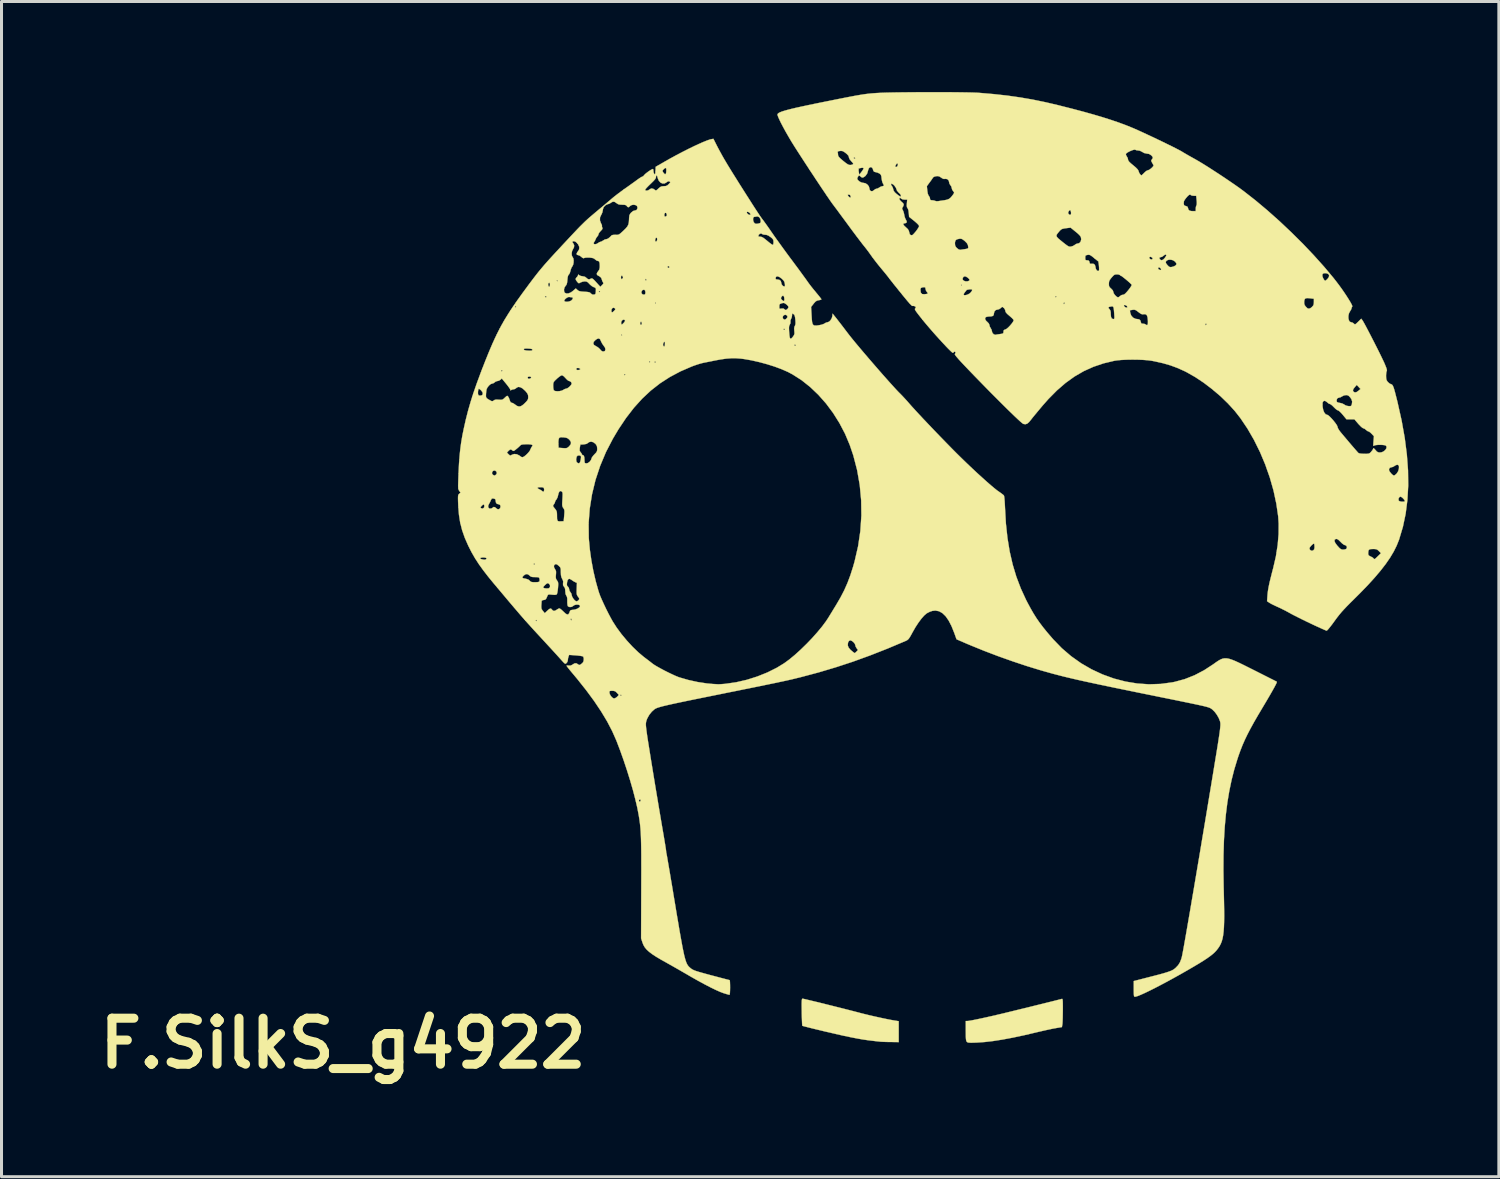
<source format=kicad_pcb>
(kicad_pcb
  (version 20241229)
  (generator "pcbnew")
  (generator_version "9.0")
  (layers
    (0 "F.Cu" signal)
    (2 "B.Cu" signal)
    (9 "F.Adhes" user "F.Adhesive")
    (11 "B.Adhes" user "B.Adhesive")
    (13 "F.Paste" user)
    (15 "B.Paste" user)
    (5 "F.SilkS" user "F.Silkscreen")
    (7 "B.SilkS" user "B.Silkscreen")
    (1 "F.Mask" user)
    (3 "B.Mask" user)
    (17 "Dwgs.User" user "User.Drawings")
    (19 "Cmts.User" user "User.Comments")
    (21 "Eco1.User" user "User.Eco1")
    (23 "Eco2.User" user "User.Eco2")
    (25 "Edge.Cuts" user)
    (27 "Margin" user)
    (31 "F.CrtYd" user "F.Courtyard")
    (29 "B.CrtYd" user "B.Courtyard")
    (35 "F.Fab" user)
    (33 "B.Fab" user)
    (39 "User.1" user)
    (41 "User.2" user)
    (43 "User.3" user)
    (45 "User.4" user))
  (footprint "F.SilkS_g4922"
    (layer "F.Cu")
    (at 8.317 31.526)
    (property "Reference" "F.SilkS_g4922" (at 0 0 0) (layer "F.SilkS") (effects (font (size 1.524 1.524) (thickness 0.3))))
    (attr through_hole)
    (fp_poly (pts (xy 23.84 -1.466) (xy 23.847 -1.441) (xy 23.851 -1.395) (xy 23.853 -1.322) (xy 23.854 -1.218) (xy 23.854 -1.097) (xy 23.852 -0.966) (xy 23.85 -0.845) (xy 23.846 -0.741) (xy 23.842 -0.663) (xy 23.837 -0.624) (xy 23.823 -0.54) (xy 23.611 -0.504) (xy 23.523 -0.488) (xy 23.405 -0.463) (xy 23.267 -0.433) (xy 23.119 -0.399) (xy 22.972 -0.365) (xy 22.966 -0.363) (xy 22.557 -0.267) (xy 22.184 -0.188) (xy 21.846 -0.125) (xy 21.539 -0.077) (xy 21.262 -0.045) (xy 21.018 -0.028) (xy 20.896 -0.023) (xy 20.809 -0.022) (xy 20.75 -0.024) (xy 20.712 -0.029) (xy 20.688 -0.04) (xy 20.674 -0.051) (xy 20.66 -0.071) (xy 20.65 -0.101) (xy 20.643 -0.148) (xy 20.639 -0.219) (xy 20.638 -0.321) (xy 20.637 -0.414) (xy 20.637 -0.741) (xy 20.687 -0.741) (xy 20.739 -0.746) (xy 20.828 -0.761) (xy 20.951 -0.785) (xy 21.104 -0.817) (xy 21.285 -0.856) (xy 21.488 -0.902) (xy 21.712 -0.954) (xy 21.952 -1.011) (xy 22.013 -1.026) (xy 22.19 -1.069) (xy 22.377 -1.115) (xy 22.57 -1.162) (xy 22.766 -1.21) (xy 22.958 -1.258) (xy 23.142 -1.303) (xy 23.314 -1.346) (xy 23.468 -1.384) (xy 23.6 -1.417) (xy 23.706 -1.444) (xy 23.78 -1.463) (xy 23.817 -1.473) (xy 23.818 -1.473) (xy 23.831 -1.475) (xy 23.84 -1.466)) (stroke (width 0.01) (type solid)) (fill yes) (layer "F.SilkS"))
    (fp_poly (pts (xy 15.256 -1.477) (xy 15.32 -1.462) (xy 15.414 -1.44) (xy 15.535 -1.411) (xy 15.677 -1.377) (xy 15.836 -1.338) (xy 16.006 -1.296) (xy 16.183 -1.252) (xy 16.361 -1.207) (xy 16.535 -1.164) (xy 16.702 -1.121) (xy 16.855 -1.082) (xy 16.99 -1.047) (xy 17.101 -1.018) (xy 17.145 -1.006) (xy 17.284 -0.971) (xy 17.447 -0.931) (xy 17.626 -0.89) (xy 17.807 -0.85) (xy 17.981 -0.813) (xy 18.136 -0.782) (xy 18.261 -0.76) (xy 18.262 -0.76) (xy 18.415 -0.735) (xy 18.415 -0.042) (xy 18.145 -0.046) (xy 18.036 -0.047) (xy 17.938 -0.05) (xy 17.86 -0.053) (xy 17.813 -0.056) (xy 17.812 -0.056) (xy 17.763 -0.062) (xy 17.685 -0.07) (xy 17.592 -0.081) (xy 17.547 -0.086) (xy 17.387 -0.106) (xy 17.216 -0.131) (xy 17.031 -0.164) (xy 16.825 -0.204) (xy 16.595 -0.252) (xy 16.334 -0.311) (xy 16.038 -0.38) (xy 15.993 -0.39) (xy 15.82 -0.432) (xy 15.661 -0.47) (xy 15.518 -0.505) (xy 15.399 -0.535) (xy 15.306 -0.559) (xy 15.245 -0.575) (xy 15.221 -0.583) (xy 15.221 -0.584) (xy 15.217 -0.608) (xy 15.213 -0.667) (xy 15.209 -0.757) (xy 15.205 -0.869) (xy 15.202 -0.998) (xy 15.202 -1.039) (xy 15.2 -1.188) (xy 15.199 -1.299) (xy 15.201 -1.379) (xy 15.204 -1.432) (xy 15.21 -1.463) (xy 15.218 -1.478) (xy 15.229 -1.482) (xy 15.256 -1.477)) (stroke (width 0.01) (type solid)) (fill yes) (layer "F.SilkS"))
    (fp_poly (pts (xy 19.87 -31.521) (xy 20.113 -31.52) (xy 20.343 -31.518) (xy 20.553 -31.515) (xy 20.739 -31.512) (xy 20.895 -31.508) (xy 21.018 -31.503) (xy 21.082 -31.499) (xy 21.56 -31.458) (xy 22.007 -31.409) (xy 22.435 -31.348) (xy 22.854 -31.276) (xy 23.277 -31.189) (xy 23.713 -31.087) (xy 23.738 -31.08) (xy 24.154 -30.975) (xy 24.532 -30.875) (xy 24.874 -30.779) (xy 25.184 -30.687) (xy 25.466 -30.597) (xy 25.723 -30.509) (xy 25.957 -30.422) (xy 26.173 -30.334) (xy 26.207 -30.32) (xy 26.338 -30.262) (xy 26.488 -30.194) (xy 26.651 -30.118) (xy 26.822 -30.038) (xy 26.996 -29.955) (xy 27.167 -29.873) (xy 27.329 -29.794) (xy 27.478 -29.721) (xy 27.606 -29.656) (xy 27.71 -29.602) (xy 27.783 -29.562) (xy 27.804 -29.549) (xy 27.869 -29.51) (xy 27.961 -29.456) (xy 28.07 -29.394) (xy 28.186 -29.329) (xy 28.242 -29.298) (xy 28.355 -29.233) (xy 28.496 -29.148) (xy 28.658 -29.047) (xy 28.835 -28.933) (xy 29.02 -28.813) (xy 29.207 -28.689) (xy 29.388 -28.566) (xy 29.559 -28.449) (xy 29.711 -28.342) (xy 29.838 -28.248) (xy 29.845 -28.243) (xy 30.235 -27.938) (xy 30.632 -27.605) (xy 31.031 -27.25) (xy 31.424 -26.879) (xy 31.807 -26.5) (xy 32.171 -26.116) (xy 32.512 -25.736) (xy 32.823 -25.365) (xy 32.92 -25.241) (xy 33.005 -25.129) (xy 33.091 -25.011) (xy 33.175 -24.89) (xy 33.253 -24.773) (xy 33.322 -24.664) (xy 33.38 -24.569) (xy 33.421 -24.494) (xy 33.444 -24.442) (xy 33.446 -24.42) (xy 33.424 -24.379) (xy 33.422 -24.363) (xy 33.41 -24.325) (xy 33.38 -24.273) (xy 33.369 -24.257) (xy 33.334 -24.188) (xy 33.317 -24.109) (xy 33.317 -24.03) (xy 33.333 -23.962) (xy 33.364 -23.914) (xy 33.408 -23.897) (xy 33.46 -23.882) (xy 33.497 -23.854) (xy 33.519 -23.833) (xy 33.538 -23.828) (xy 33.565 -23.843) (xy 33.608 -23.882) (xy 33.639 -23.912) (xy 33.742 -24.014) (xy 33.783 -23.961) (xy 33.806 -23.924) (xy 33.845 -23.855) (xy 33.897 -23.759) (xy 33.959 -23.641) (xy 34.029 -23.507) (xy 34.103 -23.363) (xy 34.18 -23.213) (xy 34.256 -23.063) (xy 34.328 -22.919) (xy 34.394 -22.785) (xy 34.45 -22.668) (xy 34.495 -22.574) (xy 34.522 -22.513) (xy 34.564 -22.409) (xy 34.588 -22.337) (xy 34.593 -22.295) (xy 34.588 -22.282) (xy 34.576 -22.25) (xy 34.568 -22.189) (xy 34.565 -22.123) (xy 34.568 -22.042) (xy 34.579 -21.988) (xy 34.603 -21.944) (xy 34.621 -21.921) (xy 34.67 -21.875) (xy 34.721 -21.847) (xy 34.731 -21.844) (xy 34.752 -21.837) (xy 34.771 -21.821) (xy 34.79 -21.792) (xy 34.81 -21.746) (xy 34.833 -21.677) (xy 34.86 -21.582) (xy 34.892 -21.456) (xy 34.933 -21.295) (xy 34.946 -21.241) (xy 35.081 -20.638) (xy 35.184 -20.061) (xy 35.254 -19.511) (xy 35.293 -18.985) (xy 35.299 -18.484) (xy 35.272 -18.006) (xy 35.214 -17.551) (xy 35.123 -17.118) (xy 35 -16.707) (xy 34.992 -16.683) (xy 34.915 -16.492) (xy 34.818 -16.297) (xy 34.698 -16.096) (xy 34.553 -15.886) (xy 34.382 -15.665) (xy 34.182 -15.429) (xy 33.953 -15.178) (xy 33.69 -14.907) (xy 33.525 -14.743) (xy 33.384 -14.603) (xy 33.269 -14.487) (xy 33.174 -14.387) (xy 33.093 -14.298) (xy 33.022 -14.213) (xy 32.954 -14.127) (xy 32.884 -14.033) (xy 32.851 -13.987) (xy 32.778 -13.887) (xy 32.711 -13.801) (xy 32.656 -13.733) (xy 32.616 -13.69) (xy 32.597 -13.676) (xy 32.57 -13.685) (xy 32.51 -13.71) (xy 32.423 -13.749) (xy 32.314 -13.798) (xy 32.188 -13.856) (xy 32.066 -13.914) (xy 31.919 -13.984) (xy 31.772 -14.056) (xy 31.634 -14.125) (xy 31.513 -14.186) (xy 31.418 -14.236) (xy 31.372 -14.262) (xy 31.262 -14.322) (xy 31.134 -14.387) (xy 31.01 -14.447) (xy 30.965 -14.467) (xy 30.871 -14.511) (xy 30.784 -14.553) (xy 30.717 -14.59) (xy 30.688 -14.608) (xy 30.622 -14.654) (xy 30.635 -14.847) (xy 30.643 -14.933) (xy 30.656 -15.027) (xy 30.675 -15.133) (xy 30.701 -15.258) (xy 30.737 -15.408) (xy 30.782 -15.587) (xy 30.829 -15.767) (xy 30.915 -16.141) (xy 30.928 -16.228) (xy 33.973 -16.228) (xy 33.98 -16.186) (xy 34.01 -16.156) (xy 34.052 -16.136) (xy 34.107 -16.108) (xy 34.144 -16.08) (xy 34.148 -16.074) (xy 34.164 -16.053) (xy 34.183 -16.049) (xy 34.213 -16.067) (xy 34.26 -16.111) (xy 34.294 -16.144) (xy 34.396 -16.244) (xy 34.328 -16.313) (xy 34.286 -16.352) (xy 34.247 -16.373) (xy 34.195 -16.382) (xy 34.13 -16.383) (xy 34.049 -16.379) (xy 34.002 -16.363) (xy 33.98 -16.324) (xy 33.973 -16.255) (xy 33.973 -16.228) (xy 30.928 -16.228) (xy 30.955 -16.401) (xy 32.025 -16.401) (xy 32.042 -16.36) (xy 32.062 -16.342) (xy 32.097 -16.324) (xy 32.121 -16.325) (xy 32.154 -16.341) (xy 32.182 -16.37) (xy 32.194 -16.422) (xy 32.194 -16.454) (xy 32.191 -16.514) (xy 32.184 -16.553) (xy 32.18 -16.56) (xy 32.157 -16.556) (xy 32.12 -16.529) (xy 32.079 -16.488) (xy 32.044 -16.444) (xy 32.026 -16.408) (xy 32.025 -16.401) (xy 30.955 -16.401) (xy 30.973 -16.514) (xy 30.985 -16.655) (xy 32.854 -16.655) (xy 32.877 -16.592) (xy 32.935 -16.511) (xy 32.958 -16.484) (xy 33.016 -16.42) (xy 33.059 -16.384) (xy 33.097 -16.367) (xy 33.14 -16.362) (xy 33.146 -16.362) (xy 33.206 -16.37) (xy 33.248 -16.389) (xy 33.252 -16.393) (xy 33.268 -16.438) (xy 33.255 -16.482) (xy 33.22 -16.508) (xy 33.205 -16.51) (xy 33.165 -16.526) (xy 33.108 -16.569) (xy 33.059 -16.617) (xy 32.995 -16.68) (xy 32.947 -16.712) (xy 32.91 -16.718) (xy 32.865 -16.697) (xy 32.854 -16.655) (xy 30.985 -16.655) (xy 31.004 -16.878) (xy 31.006 -17.225) (xy 30.99 -17.466) (xy 30.928 -17.89) (xy 30.902 -18.01) (xy 34.976 -18.01) (xy 34.988 -17.982) (xy 35.023 -17.962) (xy 35.078 -17.951) (xy 35.135 -17.95) (xy 35.178 -17.959) (xy 35.187 -17.967) (xy 35.182 -17.993) (xy 35.153 -18.033) (xy 35.113 -18.075) (xy 35.071 -18.107) (xy 35.042 -18.119) (xy 35.005 -18.101) (xy 34.981 -18.058) (xy 34.976 -18.01) (xy 30.902 -18.01) (xy 30.835 -18.322) (xy 30.712 -18.754) (xy 30.613 -19.033) (xy 34.663 -19.033) (xy 34.667 -18.98) (xy 34.678 -18.959) (xy 34.727 -18.894) (xy 34.777 -18.844) (xy 34.818 -18.819) (xy 34.827 -18.817) (xy 34.857 -18.831) (xy 34.901 -18.867) (xy 34.913 -18.879) (xy 34.963 -18.954) (xy 34.989 -19.033) (xy 34.994 -19.114) (xy 34.974 -19.163) (xy 34.933 -19.177) (xy 34.873 -19.154) (xy 34.846 -19.135) (xy 34.792 -19.104) (xy 34.743 -19.092) (xy 34.691 -19.075) (xy 34.663 -19.033) (xy 30.613 -19.033) (xy 30.562 -19.181) (xy 30.387 -19.597) (xy 30.19 -19.995) (xy 29.974 -20.37) (xy 29.742 -20.715) (xy 29.554 -20.955) (xy 29.349 -21.182) (xy 32.458 -21.182) (xy 32.463 -21.094) (xy 32.483 -20.987) (xy 32.518 -20.903) (xy 32.564 -20.847) (xy 32.618 -20.828) (xy 32.65 -20.812) (xy 32.7 -20.769) (xy 32.759 -20.708) (xy 32.821 -20.638) (xy 32.879 -20.565) (xy 32.925 -20.5) (xy 32.952 -20.449) (xy 32.956 -20.431) (xy 32.97 -20.386) (xy 33.007 -20.323) (xy 33.046 -20.27) (xy 33.132 -20.166) (xy 33.224 -20.057) (xy 33.317 -19.947) (xy 33.406 -19.842) (xy 33.489 -19.746) (xy 33.559 -19.665) (xy 33.612 -19.605) (xy 33.645 -19.569) (xy 33.652 -19.563) (xy 33.692 -19.549) (xy 33.765 -19.54) (xy 33.847 -19.537) (xy 33.93 -19.538) (xy 33.984 -19.543) (xy 34.02 -19.557) (xy 34.05 -19.583) (xy 34.076 -19.612) (xy 34.116 -19.663) (xy 34.139 -19.707) (xy 34.142 -19.72) (xy 34.153 -19.725) (xy 34.183 -19.699) (xy 34.211 -19.667) (xy 34.258 -19.614) (xy 34.299 -19.589) (xy 34.351 -19.581) (xy 34.363 -19.58) (xy 34.432 -19.592) (xy 34.496 -19.626) (xy 34.546 -19.672) (xy 34.577 -19.724) (xy 34.581 -19.774) (xy 34.56 -19.808) (xy 34.52 -19.823) (xy 34.452 -19.832) (xy 34.37 -19.835) (xy 34.287 -19.833) (xy 34.217 -19.825) (xy 34.173 -19.812) (xy 34.171 -19.81) (xy 34.153 -19.798) (xy 34.144 -19.804) (xy 34.141 -19.834) (xy 34.145 -19.896) (xy 34.149 -19.95) (xy 34.163 -20.119) (xy 34.09 -20.198) (xy 34.042 -20.244) (xy 34.001 -20.273) (xy 33.985 -20.278) (xy 33.95 -20.292) (xy 33.905 -20.326) (xy 33.9 -20.331) (xy 33.854 -20.367) (xy 33.812 -20.384) (xy 33.809 -20.384) (xy 33.779 -20.4) (xy 33.731 -20.441) (xy 33.673 -20.5) (xy 33.644 -20.532) (xy 33.517 -20.68) (xy 33.386 -20.68) (xy 33.255 -20.68) (xy 33.133 -20.828) (xy 33.071 -20.898) (xy 33.018 -20.949) (xy 32.98 -20.975) (xy 32.973 -20.976) (xy 32.939 -20.991) (xy 32.889 -21.03) (xy 32.836 -21.082) (xy 32.782 -21.136) (xy 32.734 -21.174) (xy 32.703 -21.188) (xy 32.665 -21.202) (xy 32.621 -21.238) (xy 32.618 -21.241) (xy 32.574 -21.277) (xy 32.547 -21.288) (xy 32.923 -21.288) (xy 32.943 -21.251) (xy 32.998 -21.23) (xy 33.033 -21.225) (xy 33.107 -21.207) (xy 33.167 -21.178) (xy 33.175 -21.171) (xy 33.231 -21.139) (xy 33.306 -21.119) (xy 33.376 -21.117) (xy 33.394 -21.12) (xy 33.418 -21.144) (xy 33.43 -21.173) (xy 33.442 -21.266) (xy 33.418 -21.347) (xy 33.378 -21.405) (xy 33.329 -21.457) (xy 33.283 -21.48) (xy 33.239 -21.484) (xy 33.166 -21.471) (xy 33.11 -21.442) (xy 33.056 -21.411) (xy 33.006 -21.399) (xy 32.958 -21.382) (xy 32.935 -21.347) (xy 32.923 -21.288) (xy 32.547 -21.288) (xy 32.534 -21.294) (xy 32.532 -21.294) (xy 32.49 -21.283) (xy 32.466 -21.248) (xy 32.458 -21.182) (xy 29.349 -21.182) (xy 29.33 -21.202) (xy 29.079 -21.445) (xy 28.848 -21.641) (xy 33.467 -21.641) (xy 33.48 -21.605) (xy 33.49 -21.594) (xy 33.534 -21.571) (xy 33.589 -21.584) (xy 33.65 -21.627) (xy 33.718 -21.685) (xy 33.656 -21.753) (xy 33.594 -21.821) (xy 33.529 -21.747) (xy 33.482 -21.686) (xy 33.467 -21.641) (xy 28.848 -21.641) (xy 28.807 -21.676) (xy 28.525 -21.891) (xy 28.24 -22.081) (xy 27.96 -22.24) (xy 27.887 -22.277) (xy 27.653 -22.382) (xy 27.418 -22.469) (xy 27.168 -22.541) (xy 26.892 -22.603) (xy 26.797 -22.621) (xy 26.669 -22.638) (xy 26.512 -22.65) (xy 26.336 -22.657) (xy 26.151 -22.659) (xy 25.968 -22.656) (xy 25.798 -22.648) (xy 25.651 -22.634) (xy 25.559 -22.62) (xy 25.202 -22.535) (xy 24.866 -22.421) (xy 24.547 -22.277) (xy 24.242 -22.1) (xy 23.947 -21.888) (xy 23.659 -21.639) (xy 23.375 -21.352) (xy 23.19 -21.143) (xy 23.096 -21.031) (xy 23.005 -20.922) (xy 22.923 -20.823) (xy 22.855 -20.74) (xy 22.809 -20.681) (xy 22.801 -20.671) (xy 22.732 -20.587) (xy 22.673 -20.537) (xy 22.617 -20.518) (xy 22.558 -20.525) (xy 22.538 -20.532) (xy 22.507 -20.554) (xy 22.448 -20.604) (xy 22.365 -20.68) (xy 22.26 -20.779) (xy 22.136 -20.899) (xy 21.994 -21.037) (xy 21.838 -21.192) (xy 21.67 -21.36) (xy 21.491 -21.539) (xy 21.305 -21.728) (xy 21.115 -21.923) (xy 20.921 -22.122) (xy 20.734 -22.316) (xy 20.594 -22.463) (xy 20.482 -22.582) (xy 20.396 -22.676) (xy 20.335 -22.747) (xy 20.295 -22.797) (xy 20.276 -22.829) (xy 20.274 -22.844) (xy 20.275 -22.844) (xy 20.297 -22.882) (xy 20.291 -22.914) (xy 20.267 -22.924) (xy 20.239 -22.912) (xy 20.235 -22.902) (xy 20.219 -22.884) (xy 20.209 -22.883) (xy 20.184 -22.899) (xy 20.134 -22.944) (xy 20.065 -23.012) (xy 19.98 -23.1) (xy 19.883 -23.204) (xy 19.776 -23.32) (xy 19.665 -23.443) (xy 19.553 -23.569) (xy 19.444 -23.695) (xy 19.341 -23.815) (xy 19.248 -23.927) (xy 19.222 -23.959) (xy 19.19 -23.999) (xy 21.278 -23.999) (xy 21.313 -23.943) (xy 21.347 -23.912) (xy 21.4 -23.857) (xy 21.421 -23.806) (xy 21.421 -23.804) (xy 21.434 -23.752) (xy 21.463 -23.701) (xy 21.493 -23.646) (xy 21.505 -23.593) (xy 21.522 -23.542) (xy 21.562 -23.5) (xy 21.611 -23.481) (xy 21.632 -23.483) (xy 21.67 -23.491) (xy 21.734 -23.5) (xy 21.775 -23.506) (xy 21.84 -23.516) (xy 21.873 -23.529) (xy 21.885 -23.552) (xy 21.886 -23.582) (xy 21.894 -23.629) (xy 21.925 -23.651) (xy 21.948 -23.657) (xy 21.989 -23.678) (xy 22.044 -23.724) (xy 22.103 -23.785) (xy 22.159 -23.851) (xy 22.202 -23.911) (xy 22.224 -23.957) (xy 22.225 -23.965) (xy 22.209 -23.992) (xy 22.168 -24.036) (xy 22.109 -24.089) (xy 22.087 -24.107) (xy 22.011 -24.173) (xy 21.967 -24.223) (xy 21.95 -24.262) (xy 21.95 -24.27) (xy 21.937 -24.317) (xy 21.905 -24.365) (xy 21.878 -24.389) (xy 25.363 -24.389) (xy 25.373 -24.362) (xy 25.396 -24.335) (xy 25.426 -24.292) (xy 25.44 -24.234) (xy 25.442 -24.17) (xy 25.449 -24.081) (xy 25.472 -24.027) (xy 25.513 -24.004) (xy 25.531 -24.003) (xy 25.55 -24.007) (xy 25.56 -24.025) (xy 25.563 -24.065) (xy 25.559 -24.136) (xy 25.557 -24.167) (xy 25.549 -24.277) (xy 25.547 -24.293) (xy 26.075 -24.293) (xy 26.088 -24.206) (xy 26.121 -24.117) (xy 26.183 -24.049) (xy 26.264 -24.01) (xy 26.313 -24.004) (xy 26.383 -23.993) (xy 26.423 -23.956) (xy 26.44 -23.897) (xy 26.455 -23.858) (xy 26.49 -23.849) (xy 26.501 -23.85) (xy 26.559 -23.843) (xy 26.596 -23.825) (xy 26.635 -23.802) (xy 26.659 -23.806) (xy 26.664 -23.822) (xy 28.575 -23.822) (xy 28.585 -23.8) (xy 28.596 -23.802) (xy 28.617 -23.829) (xy 28.617 -23.835) (xy 28.601 -23.854) (xy 28.596 -23.855) (xy 28.578 -23.838) (xy 28.575 -23.822) (xy 26.664 -23.822) (xy 26.671 -23.843) (xy 26.673 -23.915) (xy 26.672 -23.951) (xy 26.662 -24.056) (xy 26.641 -24.124) (xy 26.604 -24.159) (xy 26.55 -24.166) (xy 26.531 -24.163) (xy 26.488 -24.16) (xy 26.445 -24.174) (xy 26.391 -24.21) (xy 26.357 -24.236) (xy 26.296 -24.283) (xy 26.252 -24.306) (xy 26.211 -24.313) (xy 26.162 -24.308) (xy 26.075 -24.293) (xy 25.547 -24.293) (xy 25.541 -24.351) (xy 25.53 -24.396) (xy 25.514 -24.418) (xy 25.489 -24.424) (xy 25.454 -24.42) (xy 25.449 -24.419) (xy 25.387 -24.406) (xy 25.363 -24.389) (xy 21.878 -24.389) (xy 21.868 -24.399) (xy 21.847 -24.405) (xy 21.821 -24.391) (xy 21.791 -24.363) (xy 21.742 -24.33) (xy 21.7 -24.32) (xy 21.631 -24.302) (xy 21.585 -24.252) (xy 21.569 -24.182) (xy 21.561 -24.134) (xy 21.533 -24.106) (xy 21.477 -24.091) (xy 21.398 -24.088) (xy 21.322 -24.076) (xy 21.281 -24.045) (xy 21.278 -23.999) (xy 19.19 -23.999) (xy 19.125 -24.08) (xy 19.053 -24.172) (xy 19.002 -24.24) (xy 18.97 -24.287) (xy 18.954 -24.319) (xy 18.951 -24.339) (xy 18.958 -24.352) (xy 18.96 -24.354) (xy 18.984 -24.379) (xy 18.972 -24.407) (xy 18.966 -24.415) (xy 18.92 -24.44) (xy 18.89 -24.438) (xy 18.872 -24.439) (xy 18.85 -24.45) (xy 18.835 -24.463) (xy 25.877 -24.463) (xy 25.882 -24.437) (xy 25.887 -24.426) (xy 25.914 -24.399) (xy 25.952 -24.384) (xy 25.983 -24.386) (xy 25.993 -24.401) (xy 25.975 -24.436) (xy 25.934 -24.462) (xy 25.903 -24.469) (xy 25.877 -24.463) (xy 18.835 -24.463) (xy 18.819 -24.475) (xy 18.777 -24.518) (xy 18.776 -24.52) (xy 23.876 -24.52) (xy 23.886 -24.498) (xy 23.897 -24.5) (xy 23.918 -24.527) (xy 23.918 -24.533) (xy 23.902 -24.553) (xy 23.897 -24.553) (xy 23.879 -24.536) (xy 23.876 -24.52) (xy 18.776 -24.52) (xy 18.72 -24.583) (xy 18.72 -24.583) (xy 31.852 -24.583) (xy 31.852 -24.513) (xy 31.871 -24.46) (xy 31.905 -24.414) (xy 31.96 -24.36) (xy 32.011 -24.346) (xy 32.067 -24.369) (xy 32.108 -24.403) (xy 32.149 -24.448) (xy 32.168 -24.494) (xy 32.173 -24.561) (xy 32.173 -24.57) (xy 32.173 -24.675) (xy 32.057 -24.69) (xy 31.965 -24.698) (xy 31.906 -24.692) (xy 31.873 -24.668) (xy 31.857 -24.621) (xy 31.852 -24.583) (xy 18.72 -24.583) (xy 18.646 -24.672) (xy 18.587 -24.744) (xy 23.601 -24.744) (xy 23.617 -24.723) (xy 23.622 -24.723) (xy 23.643 -24.739) (xy 23.643 -24.744) (xy 23.627 -24.764) (xy 23.622 -24.765) (xy 23.601 -24.749) (xy 23.601 -24.744) (xy 18.587 -24.744) (xy 18.549 -24.79) (xy 18.53 -24.814) (xy 20.563 -24.814) (xy 20.564 -24.807) (xy 20.595 -24.793) (xy 20.647 -24.798) (xy 20.709 -24.819) (xy 20.766 -24.852) (xy 20.791 -24.873) (xy 20.839 -24.933) (xy 20.85 -24.972) (xy 20.824 -24.99) (xy 20.762 -24.987) (xy 20.759 -24.987) (xy 20.704 -24.977) (xy 20.672 -24.97) (xy 20.668 -24.969) (xy 20.656 -24.952) (xy 20.625 -24.914) (xy 20.61 -24.895) (xy 20.577 -24.848) (xy 20.563 -24.814) (xy 18.53 -24.814) (xy 18.497 -24.855) (xy 18.416 -24.954) (xy 19.135 -24.954) (xy 19.148 -24.878) (xy 19.188 -24.833) (xy 19.257 -24.82) (xy 19.354 -24.838) (xy 19.365 -24.841) (xy 19.38 -24.855) (xy 19.364 -24.883) (xy 19.35 -24.899) (xy 19.316 -24.952) (xy 19.304 -25.004) (xy 19.296 -25.045) (xy 19.266 -25.061) (xy 19.207 -25.054) (xy 19.182 -25.048) (xy 19.15 -25.031) (xy 19.137 -24.995) (xy 19.135 -24.954) (xy 18.416 -24.954) (xy 18.4 -24.975) (xy 18.308 -25.089) (xy 18.273 -25.133) (xy 20.475 -25.133) (xy 20.479 -25.125) (xy 20.498 -25.105) (xy 20.501 -25.104) (xy 20.51 -25.12) (xy 20.511 -25.125) (xy 20.494 -25.145) (xy 20.488 -25.146) (xy 20.475 -25.133) (xy 18.273 -25.133) (xy 18.243 -25.17) (xy 25.379 -25.17) (xy 25.383 -25.105) (xy 25.402 -25.061) (xy 25.444 -25.02) (xy 25.453 -25.013) (xy 25.51 -24.953) (xy 25.527 -24.9) (xy 25.542 -24.853) (xy 25.579 -24.8) (xy 25.626 -24.753) (xy 25.671 -24.725) (xy 25.685 -24.723) (xy 25.717 -24.737) (xy 25.749 -24.765) (xy 25.799 -24.798) (xy 25.843 -24.807) (xy 25.878 -24.815) (xy 25.918 -24.843) (xy 25.969 -24.896) (xy 26.021 -24.957) (xy 26.074 -25.026) (xy 26.114 -25.085) (xy 26.135 -25.126) (xy 26.137 -25.135) (xy 26.119 -25.159) (xy 26.074 -25.203) (xy 26.009 -25.261) (xy 25.933 -25.325) (xy 25.844 -25.395) (xy 25.779 -25.442) (xy 25.75 -25.458) (xy 32.452 -25.458) (xy 32.459 -25.412) (xy 32.48 -25.357) (xy 32.51 -25.306) (xy 32.539 -25.276) (xy 32.549 -25.273) (xy 32.572 -25.286) (xy 32.611 -25.319) (xy 32.622 -25.33) (xy 32.669 -25.394) (xy 32.678 -25.452) (xy 32.651 -25.497) (xy 32.591 -25.521) (xy 32.527 -25.523) (xy 32.478 -25.512) (xy 32.457 -25.483) (xy 32.452 -25.458) (xy 25.75 -25.458) (xy 25.73 -25.469) (xy 25.69 -25.482) (xy 25.657 -25.484) (xy 25.605 -25.482) (xy 25.565 -25.471) (xy 25.528 -25.443) (xy 25.482 -25.392) (xy 25.455 -25.361) (xy 25.408 -25.298) (xy 25.385 -25.243) (xy 25.379 -25.179) (xy 25.379 -25.17) (xy 18.243 -25.17) (xy 18.226 -25.192) (xy 18.159 -25.276) (xy 18.111 -25.338) (xy 18.103 -25.349) (xy 20.53 -25.349) (xy 20.538 -25.306) (xy 20.573 -25.272) (xy 20.628 -25.253) (xy 20.695 -25.254) (xy 20.731 -25.265) (xy 20.761 -25.29) (xy 20.752 -25.327) (xy 20.703 -25.374) (xy 20.702 -25.375) (xy 20.639 -25.413) (xy 20.591 -25.417) (xy 20.557 -25.396) (xy 20.53 -25.349) (xy 18.103 -25.349) (xy 18.088 -25.368) (xy 18.052 -25.415) (xy 17.996 -25.486) (xy 17.925 -25.572) (xy 17.848 -25.665) (xy 17.822 -25.696) (xy 17.736 -25.801) (xy 17.648 -25.913) (xy 17.567 -26.02) (xy 17.557 -26.033) (xy 24.596 -26.033) (xy 24.598 -25.979) (xy 24.613 -25.956) (xy 24.648 -25.95) (xy 24.66 -25.95) (xy 24.707 -25.943) (xy 24.73 -25.914) (xy 24.736 -25.887) (xy 24.751 -25.843) (xy 24.776 -25.832) (xy 24.797 -25.836) (xy 24.865 -25.836) (xy 24.914 -25.802) (xy 24.934 -25.742) (xy 24.934 -25.734) (xy 24.945 -25.676) (xy 24.97 -25.628) (xy 25.003 -25.599) (xy 25.035 -25.597) (xy 25.051 -25.612) (xy 25.056 -25.643) (xy 25.055 -25.685) (xy 27.009 -25.685) (xy 27.024 -25.657) (xy 27.057 -25.635) (xy 27.092 -25.626) (xy 27.111 -25.636) (xy 27.105 -25.667) (xy 27.093 -25.686) (xy 27.056 -25.713) (xy 27.023 -25.713) (xy 27.009 -25.686) (xy 27.009 -25.685) (xy 25.055 -25.685) (xy 25.055 -25.703) (xy 25.05 -25.771) (xy 25.038 -25.879) (xy 27.263 -25.879) (xy 27.276 -25.849) (xy 27.309 -25.804) (xy 27.326 -25.785) (xy 27.37 -25.741) (xy 27.408 -25.725) (xy 27.458 -25.728) (xy 27.469 -25.73) (xy 27.532 -25.748) (xy 27.581 -25.773) (xy 27.585 -25.776) (xy 27.617 -25.814) (xy 27.615 -25.852) (xy 27.579 -25.899) (xy 27.563 -25.915) (xy 27.503 -25.953) (xy 27.433 -25.97) (xy 27.363 -25.968) (xy 27.305 -25.947) (xy 27.269 -25.909) (xy 27.263 -25.879) (xy 25.038 -25.879) (xy 25.035 -25.907) (xy 24.893 -26.024) (xy 26.721 -26.024) (xy 26.734 -26.003) (xy 26.772 -25.979) (xy 26.811 -25.981) (xy 26.832 -26.003) (xy 26.829 -26.011) (xy 27.053 -26.011) (xy 27.076 -25.976) (xy 27.124 -25.952) (xy 27.176 -25.97) (xy 27.228 -26.023) (xy 27.263 -26.073) (xy 27.282 -26.111) (xy 27.284 -26.118) (xy 27.27 -26.139) (xy 27.237 -26.135) (xy 27.197 -26.107) (xy 27.189 -26.099) (xy 27.141 -26.066) (xy 27.101 -26.056) (xy 27.06 -26.043) (xy 27.053 -26.011) (xy 26.829 -26.011) (xy 26.822 -26.029) (xy 26.795 -26.053) (xy 26.75 -26.068) (xy 26.722 -26.055) (xy 26.721 -26.024) (xy 24.893 -26.024) (xy 24.891 -26.025) (xy 24.82 -26.082) (xy 24.77 -26.116) (xy 24.733 -26.131) (xy 24.697 -26.133) (xy 24.671 -26.129) (xy 24.622 -26.116) (xy 24.601 -26.094) (xy 24.596 -26.046) (xy 24.596 -26.033) (xy 17.557 -26.033) (xy 17.502 -26.109) (xy 17.494 -26.12) (xy 17.429 -26.212) (xy 17.358 -26.307) (xy 17.294 -26.389) (xy 17.272 -26.416) (xy 17.235 -26.462) (xy 17.198 -26.51) (xy 20.278 -26.51) (xy 20.284 -26.442) (xy 20.31 -26.392) (xy 20.346 -26.353) (xy 20.405 -26.309) (xy 20.454 -26.297) (xy 20.468 -26.299) (xy 20.522 -26.308) (xy 20.594 -26.318) (xy 20.622 -26.322) (xy 20.683 -26.334) (xy 20.713 -26.349) (xy 20.72 -26.376) (xy 20.72 -26.381) (xy 20.708 -26.455) (xy 20.675 -26.518) (xy 20.613 -26.581) (xy 20.596 -26.596) (xy 20.537 -26.641) (xy 20.492 -26.663) (xy 20.446 -26.666) (xy 20.42 -26.663) (xy 20.342 -26.645) (xy 20.298 -26.61) (xy 20.28 -26.55) (xy 20.278 -26.51) (xy 17.198 -26.51) (xy 17.177 -26.537) (xy 17.102 -26.635) (xy 17.013 -26.753) (xy 17.01 -26.757) (xy 23.642 -26.757) (xy 23.659 -26.722) (xy 23.699 -26.678) (xy 23.767 -26.62) (xy 23.863 -26.542) (xy 23.946 -26.477) (xy 24.005 -26.434) (xy 24.046 -26.411) (xy 24.08 -26.402) (xy 24.113 -26.403) (xy 24.128 -26.405) (xy 24.193 -26.426) (xy 24.246 -26.458) (xy 24.248 -26.46) (xy 24.292 -26.49) (xy 24.325 -26.501) (xy 24.397 -26.518) (xy 24.443 -26.567) (xy 24.462 -26.64) (xy 24.456 -26.699) (xy 24.44 -26.741) (xy 24.402 -26.788) (xy 24.338 -26.848) (xy 24.277 -26.898) (xy 24.112 -27.032) (xy 23.999 -27.019) (xy 23.907 -27.007) (xy 23.844 -26.993) (xy 23.799 -26.972) (xy 23.759 -26.936) (xy 23.711 -26.88) (xy 23.711 -26.879) (xy 23.671 -26.83) (xy 23.647 -26.791) (xy 23.642 -26.757) (xy 17.01 -26.757) (xy 16.915 -26.883) (xy 16.812 -27.022) (xy 16.76 -27.093) (xy 16.655 -27.236) (xy 16.552 -27.375) (xy 16.456 -27.505) (xy 16.372 -27.62) (xy 16.302 -27.713) (xy 16.251 -27.781) (xy 16.235 -27.802) (xy 16.191 -27.862) (xy 16.128 -27.953) (xy 16.106 -27.985) (xy 18.436 -27.985) (xy 18.452 -27.948) (xy 18.492 -27.904) (xy 18.51 -27.889) (xy 18.564 -27.839) (xy 18.582 -27.794) (xy 18.565 -27.742) (xy 18.55 -27.717) (xy 18.528 -27.676) (xy 18.532 -27.643) (xy 18.551 -27.612) (xy 18.574 -27.558) (xy 18.593 -27.486) (xy 18.597 -27.459) (xy 18.614 -27.384) (xy 18.641 -27.316) (xy 18.652 -27.298) (xy 18.68 -27.239) (xy 18.674 -27.198) (xy 18.633 -27.179) (xy 18.617 -27.178) (xy 18.574 -27.168) (xy 18.567 -27.14) (xy 18.598 -27.095) (xy 18.656 -27.041) (xy 18.717 -26.984) (xy 18.75 -26.929) (xy 18.762 -26.883) (xy 18.78 -26.818) (xy 18.812 -26.786) (xy 18.852 -26.778) (xy 18.876 -26.792) (xy 18.918 -26.833) (xy 18.969 -26.892) (xy 18.985 -26.911) (xy 19.035 -26.979) (xy 19.072 -27.039) (xy 19.091 -27.08) (xy 19.091 -27.086) (xy 19.075 -27.117) (xy 19.029 -27.167) (xy 18.96 -27.229) (xy 18.925 -27.258) (xy 18.759 -27.39) (xy 18.749 -27.518) (xy 18.748 -27.526) (xy 24.029 -27.526) (xy 24.039 -27.493) (xy 24.045 -27.486) (xy 24.085 -27.453) (xy 24.114 -27.46) (xy 24.127 -27.502) (xy 24.126 -27.531) (xy 24.114 -27.592) (xy 24.092 -27.615) (xy 24.063 -27.597) (xy 24.046 -27.571) (xy 24.029 -27.526) (xy 18.748 -27.526) (xy 18.738 -27.603) (xy 18.718 -27.662) (xy 18.707 -27.678) (xy 18.688 -27.71) (xy 18.681 -27.76) (xy 18.685 -27.836) (xy 18.687 -27.857) (xy 27.859 -27.857) (xy 27.86 -27.835) (xy 27.869 -27.783) (xy 27.894 -27.759) (xy 27.929 -27.749) (xy 27.979 -27.731) (xy 27.999 -27.692) (xy 28 -27.686) (xy 28.017 -27.627) (xy 28.054 -27.594) (xy 28.119 -27.581) (xy 28.154 -27.58) (xy 28.258 -27.58) (xy 28.258 -27.661) (xy 28.263 -27.719) (xy 28.277 -27.76) (xy 28.28 -27.764) (xy 28.292 -27.801) (xy 28.293 -27.877) (xy 28.288 -27.937) (xy 28.273 -28.088) (xy 28.193 -28.088) (xy 28.137 -28.093) (xy 28.102 -28.106) (xy 28.099 -28.109) (xy 28.073 -28.129) (xy 28.037 -28.117) (xy 27.986 -28.071) (xy 27.943 -28.021) (xy 27.892 -27.954) (xy 27.866 -27.904) (xy 27.859 -27.857) (xy 18.687 -27.857) (xy 18.696 -27.961) (xy 18.611 -27.961) (xy 18.545 -27.969) (xy 18.502 -27.99) (xy 18.5 -27.993) (xy 18.464 -28.022) (xy 18.442 -28.014) (xy 18.436 -27.985) (xy 16.106 -27.985) (xy 16.048 -28.07) (xy 16.025 -28.104) (xy 16.727 -28.104) (xy 16.757 -28.063) (xy 16.797 -28.03) (xy 16.82 -28.032) (xy 16.824 -28.071) (xy 16.824 -28.072) (xy 16.8 -28.115) (xy 16.769 -28.127) (xy 16.73 -28.125) (xy 16.727 -28.104) (xy 16.025 -28.104) (xy 15.954 -28.209) (xy 15.848 -28.366) (xy 15.735 -28.536) (xy 15.656 -28.655) (xy 17.04 -28.655) (xy 17.058 -28.614) (xy 17.103 -28.571) (xy 17.164 -28.535) (xy 17.228 -28.517) (xy 17.247 -28.516) (xy 17.316 -28.501) (xy 17.379 -28.458) (xy 17.425 -28.4) (xy 17.441 -28.342) (xy 17.456 -28.278) (xy 17.494 -28.243) (xy 17.545 -28.241) (xy 17.599 -28.277) (xy 17.6 -28.279) (xy 17.644 -28.311) (xy 17.679 -28.321) (xy 17.725 -28.334) (xy 17.774 -28.363) (xy 17.828 -28.394) (xy 17.878 -28.406) (xy 17.919 -28.417) (xy 17.924 -28.448) (xy 17.906 -28.475) (xy 18.161 -28.475) (xy 18.166 -28.443) (xy 18.187 -28.41) (xy 18.19 -28.408) (xy 18.213 -28.372) (xy 18.231 -28.315) (xy 18.233 -28.305) (xy 18.25 -28.251) (xy 18.286 -28.202) (xy 18.349 -28.145) (xy 18.358 -28.138) (xy 18.427 -28.086) (xy 18.47 -28.064) (xy 18.488 -28.069) (xy 18.487 -28.102) (xy 18.485 -28.107) (xy 18.462 -28.146) (xy 18.419 -28.188) (xy 18.414 -28.191) (xy 18.358 -28.258) (xy 18.339 -28.311) (xy 18.317 -28.364) (xy 18.285 -28.407) (xy 19.348 -28.407) (xy 19.361 -28.266) (xy 19.377 -28.162) (xy 19.402 -28.098) (xy 19.413 -28.085) (xy 19.444 -28.034) (xy 19.452 -27.993) (xy 19.458 -27.956) (xy 19.485 -27.942) (xy 19.521 -27.94) (xy 19.579 -27.933) (xy 19.622 -27.919) (xy 19.664 -27.907) (xy 19.717 -27.909) (xy 19.77 -27.917) (xy 19.849 -27.929) (xy 19.928 -27.94) (xy 20.017 -27.958) (xy 20.084 -27.986) (xy 20.141 -28.032) (xy 20.2 -28.105) (xy 20.23 -28.147) (xy 20.25 -28.184) (xy 20.243 -28.213) (xy 20.217 -28.244) (xy 20.184 -28.296) (xy 20.172 -28.346) (xy 20.156 -28.401) (xy 20.13 -28.437) (xy 20.097 -28.488) (xy 20.087 -28.533) (xy 20.07 -28.597) (xy 20.026 -28.64) (xy 19.966 -28.65) (xy 19.952 -28.648) (xy 19.902 -28.646) (xy 19.848 -28.672) (xy 19.82 -28.692) (xy 19.762 -28.729) (xy 19.71 -28.741) (xy 19.658 -28.738) (xy 19.6 -28.724) (xy 19.561 -28.703) (xy 19.555 -28.697) (xy 19.535 -28.666) (xy 19.498 -28.612) (xy 19.45 -28.546) (xy 19.443 -28.537) (xy 19.348 -28.407) (xy 18.285 -28.407) (xy 18.276 -28.42) (xy 18.227 -28.466) (xy 18.183 -28.489) (xy 18.175 -28.49) (xy 18.161 -28.475) (xy 17.906 -28.475) (xy 17.895 -28.492) (xy 17.874 -28.535) (xy 17.857 -28.604) (xy 17.849 -28.658) (xy 17.84 -28.734) (xy 17.824 -28.781) (xy 17.797 -28.812) (xy 17.782 -28.823) (xy 17.721 -28.853) (xy 17.653 -28.871) (xy 17.601 -28.885) (xy 17.576 -28.914) (xy 17.568 -28.943) (xy 17.544 -29.007) (xy 17.506 -29.037) (xy 17.463 -29.034) (xy 17.425 -28.999) (xy 17.4 -28.933) (xy 17.398 -28.921) (xy 17.369 -28.825) (xy 17.313 -28.746) (xy 17.253 -28.703) (xy 17.212 -28.691) (xy 17.175 -28.706) (xy 17.152 -28.726) (xy 17.117 -28.757) (xy 17.096 -28.759) (xy 17.073 -28.735) (xy 17.071 -28.732) (xy 17.047 -28.685) (xy 17.04 -28.655) (xy 15.656 -28.655) (xy 15.617 -28.715) (xy 15.496 -28.897) (xy 15.452 -28.964) (xy 17.084 -28.964) (xy 17.087 -28.912) (xy 17.091 -28.882) (xy 17.106 -28.784) (xy 17.178 -28.875) (xy 17.218 -28.931) (xy 17.245 -28.977) (xy 17.251 -28.996) (xy 17.239 -29.014) (xy 17.199 -29.016) (xy 17.174 -29.013) (xy 17.121 -29.002) (xy 17.089 -28.991) (xy 17.087 -28.99) (xy 17.084 -28.964) (xy 15.452 -28.964) (xy 15.377 -29.08) (xy 15.375 -29.082) (xy 18.303 -29.082) (xy 18.305 -29.05) (xy 18.329 -29.041) (xy 18.356 -29.055) (xy 18.372 -29.072) (xy 18.388 -29.116) (xy 18.384 -29.141) (xy 18.371 -29.163) (xy 18.353 -29.156) (xy 18.329 -29.128) (xy 18.303 -29.082) (xy 15.375 -29.082) (xy 15.261 -29.257) (xy 15.152 -29.425) (xy 15.072 -29.549) (xy 16.391 -29.549) (xy 16.392 -29.534) (xy 16.401 -29.49) (xy 16.404 -29.443) (xy 16.41 -29.411) (xy 16.431 -29.376) (xy 16.473 -29.332) (xy 16.542 -29.272) (xy 16.575 -29.244) (xy 16.659 -29.177) (xy 16.72 -29.135) (xy 16.767 -29.113) (xy 16.809 -29.108) (xy 16.854 -29.115) (xy 16.865 -29.118) (xy 16.9 -29.132) (xy 16.908 -29.152) (xy 16.886 -29.186) (xy 16.838 -29.238) (xy 16.786 -29.303) (xy 16.769 -29.348) (xy 16.921 -29.348) (xy 16.923 -29.337) (xy 16.95 -29.317) (xy 16.956 -29.316) (xy 16.975 -29.332) (xy 16.976 -29.337) (xy 16.958 -29.356) (xy 16.943 -29.358) (xy 16.921 -29.348) (xy 16.769 -29.348) (xy 16.764 -29.361) (xy 16.764 -29.366) (xy 16.752 -29.41) (xy 16.712 -29.458) (xy 16.692 -29.476) (xy 25.943 -29.476) (xy 25.947 -29.439) (xy 25.972 -29.394) (xy 25.973 -29.393) (xy 26.003 -29.339) (xy 26.014 -29.288) (xy 26.023 -29.256) (xy 26.052 -29.216) (xy 26.107 -29.163) (xy 26.182 -29.101) (xy 26.271 -29.026) (xy 26.329 -28.967) (xy 26.359 -28.92) (xy 26.364 -28.903) (xy 26.385 -28.846) (xy 26.417 -28.796) (xy 26.449 -28.768) (xy 26.458 -28.765) (xy 26.479 -28.78) (xy 26.519 -28.817) (xy 26.551 -28.85) (xy 26.614 -28.907) (xy 26.667 -28.933) (xy 26.679 -28.935) (xy 26.715 -28.949) (xy 26.764 -28.983) (xy 26.813 -29.026) (xy 26.849 -29.068) (xy 26.86 -29.093) (xy 26.851 -29.115) (xy 26.826 -29.159) (xy 26.816 -29.178) (xy 26.789 -29.228) (xy 26.783 -29.258) (xy 26.798 -29.284) (xy 26.805 -29.292) (xy 26.834 -29.335) (xy 26.831 -29.373) (xy 26.794 -29.419) (xy 26.781 -29.431) (xy 26.711 -29.475) (xy 26.642 -29.485) (xy 26.546 -29.506) (xy 26.492 -29.538) (xy 26.411 -29.58) (xy 26.349 -29.591) (xy 26.293 -29.597) (xy 26.255 -29.613) (xy 26.253 -29.614) (xy 26.224 -29.617) (xy 26.17 -29.603) (xy 26.104 -29.578) (xy 26.037 -29.546) (xy 25.98 -29.512) (xy 25.947 -29.482) (xy 25.943 -29.476) (xy 16.692 -29.476) (xy 16.662 -29.501) (xy 16.599 -29.547) (xy 16.552 -29.57) (xy 16.504 -29.576) (xy 16.47 -29.574) (xy 16.413 -29.564) (xy 16.391 -29.549) (xy 15.072 -29.549) (xy 15.053 -29.579) (xy 14.966 -29.714) (xy 14.896 -29.827) (xy 14.853 -29.896) (xy 14.757 -30.059) (xy 14.667 -30.216) (xy 14.587 -30.363) (xy 14.517 -30.496) (xy 14.462 -30.609) (xy 14.422 -30.699) (xy 14.4 -30.76) (xy 14.397 -30.783) (xy 14.407 -30.805) (xy 14.431 -30.827) (xy 14.472 -30.85) (xy 14.532 -30.875) (xy 14.614 -30.902) (xy 14.72 -30.932) (xy 14.852 -30.966) (xy 15.012 -31.004) (xy 15.203 -31.046) (xy 15.427 -31.094) (xy 15.687 -31.148) (xy 15.984 -31.208) (xy 16.214 -31.254) (xy 16.458 -31.303) (xy 16.666 -31.344) (xy 16.842 -31.378) (xy 16.991 -31.406) (xy 17.119 -31.428) (xy 17.229 -31.446) (xy 17.328 -31.46) (xy 17.419 -31.471) (xy 17.508 -31.48) (xy 17.6 -31.487) (xy 17.7 -31.494) (xy 17.727 -31.495) (xy 17.844 -31.501) (xy 17.995 -31.506) (xy 18.176 -31.51) (xy 18.383 -31.514) (xy 18.609 -31.516) (xy 18.85 -31.519) (xy 19.102 -31.52) (xy 19.359 -31.521) (xy 19.617 -31.521) (xy 19.87 -31.521)) (stroke (width 0.01) (type solid)) (fill yes) (layer "F.SilkS"))
    (fp_poly (pts (xy 12.379 -29.768) (xy 12.432 -29.665) (xy 12.499 -29.541) (xy 12.569 -29.413) (xy 12.631 -29.305) (xy 12.683 -29.217) (xy 12.751 -29.103) (xy 12.833 -28.969) (xy 12.926 -28.819) (xy 13.027 -28.658) (xy 13.133 -28.488) (xy 13.242 -28.316) (xy 13.351 -28.144) (xy 13.457 -27.978) (xy 13.557 -27.821) (xy 13.649 -27.678) (xy 13.731 -27.553) (xy 13.798 -27.451) (xy 13.85 -27.375) (xy 13.882 -27.33) (xy 13.885 -27.326) (xy 13.922 -27.279) (xy 13.977 -27.203) (xy 14.046 -27.107) (xy 14.122 -26.999) (xy 14.201 -26.884) (xy 14.203 -26.882) (xy 14.277 -26.774) (xy 14.372 -26.641) (xy 14.481 -26.49) (xy 14.598 -26.328) (xy 14.718 -26.164) (xy 14.836 -26.004) (xy 14.869 -25.961) (xy 14.975 -25.818) (xy 15.078 -25.68) (xy 15.172 -25.551) (xy 15.255 -25.437) (xy 15.323 -25.344) (xy 15.371 -25.277) (xy 15.388 -25.252) (xy 15.439 -25.181) (xy 15.508 -25.09) (xy 15.587 -24.991) (xy 15.667 -24.895) (xy 15.667 -24.894) (xy 15.735 -24.812) (xy 15.792 -24.742) (xy 15.833 -24.689) (xy 15.853 -24.66) (xy 15.854 -24.657) (xy 15.835 -24.644) (xy 15.788 -24.631) (xy 15.764 -24.627) (xy 15.707 -24.613) (xy 15.661 -24.585) (xy 15.613 -24.534) (xy 15.593 -24.508) (xy 15.511 -24.404) (xy 15.527 -24.127) (xy 15.535 -23.996) (xy 15.545 -23.902) (xy 15.562 -23.84) (xy 15.588 -23.804) (xy 15.628 -23.788) (xy 15.685 -23.787) (xy 15.759 -23.796) (xy 15.852 -23.814) (xy 15.926 -23.839) (xy 15.956 -23.856) (xy 16.009 -23.886) (xy 16.057 -23.897) (xy 16.107 -23.916) (xy 16.156 -23.964) (xy 16.196 -24.031) (xy 16.217 -24.103) (xy 16.217 -24.109) (xy 16.224 -24.183) (xy 16.346 -24.031) (xy 16.397 -23.965) (xy 16.468 -23.874) (xy 16.551 -23.766) (xy 16.64 -23.649) (xy 16.729 -23.532) (xy 16.798 -23.443) (xy 16.889 -23.33) (xy 16.999 -23.196) (xy 17.125 -23.046) (xy 17.263 -22.883) (xy 17.408 -22.713) (xy 17.558 -22.539) (xy 17.709 -22.365) (xy 17.856 -22.196) (xy 17.997 -22.037) (xy 18.127 -21.891) (xy 18.243 -21.763) (xy 18.341 -21.656) (xy 18.417 -21.576) (xy 18.446 -21.548) (xy 18.52 -21.473) (xy 18.608 -21.379) (xy 18.698 -21.28) (xy 18.76 -21.209) (xy 18.845 -21.112) (xy 18.957 -20.989) (xy 19.092 -20.843) (xy 19.246 -20.678) (xy 19.417 -20.498) (xy 19.601 -20.305) (xy 19.794 -20.105) (xy 19.993 -19.9) (xy 20.187 -19.702) (xy 20.344 -19.544) (xy 20.51 -19.381) (xy 20.68 -19.216) (xy 20.852 -19.053) (xy 21.02 -18.896) (xy 21.182 -18.749) (xy 21.332 -18.614) (xy 21.467 -18.496) (xy 21.583 -18.399) (xy 21.675 -18.325) (xy 21.721 -18.293) (xy 21.794 -18.242) (xy 21.854 -18.197) (xy 21.893 -18.165) (xy 21.9 -18.158) (xy 21.909 -18.127) (xy 21.918 -18.059) (xy 21.926 -17.961) (xy 21.933 -17.837) (xy 21.938 -17.738) (xy 21.967 -17.226) (xy 22.019 -16.747) (xy 22.093 -16.296) (xy 22.191 -15.87) (xy 22.313 -15.464) (xy 22.462 -15.073) (xy 22.637 -14.693) (xy 22.688 -14.595) (xy 22.788 -14.41) (xy 22.883 -14.245) (xy 22.979 -14.092) (xy 23.082 -13.944) (xy 23.196 -13.793) (xy 23.327 -13.631) (xy 23.482 -13.45) (xy 23.535 -13.389) (xy 23.819 -13.096) (xy 24.128 -12.831) (xy 24.458 -12.597) (xy 24.807 -12.395) (xy 25.171 -12.226) (xy 25.547 -12.09) (xy 25.931 -11.99) (xy 26.319 -11.926) (xy 26.709 -11.899) (xy 27.098 -11.912) (xy 27.481 -11.964) (xy 27.564 -11.981) (xy 27.897 -12.072) (xy 28.22 -12.2) (xy 28.538 -12.367) (xy 28.837 -12.562) (xy 28.926 -12.626) (xy 29.003 -12.678) (xy 29.073 -12.718) (xy 29.139 -12.746) (xy 29.205 -12.76) (xy 29.277 -12.76) (xy 29.358 -12.746) (xy 29.453 -12.716) (xy 29.566 -12.671) (xy 29.701 -12.609) (xy 29.863 -12.53) (xy 30.056 -12.433) (xy 30.184 -12.369) (xy 30.349 -12.286) (xy 30.501 -12.209) (xy 30.638 -12.14) (xy 30.755 -12.081) (xy 30.847 -12.035) (xy 30.911 -12.002) (xy 30.942 -11.986) (xy 30.945 -11.985) (xy 30.942 -11.962) (xy 30.918 -11.905) (xy 30.87 -11.814) (xy 30.8 -11.688) (xy 30.708 -11.527) (xy 30.593 -11.331) (xy 30.475 -11.133) (xy 30.32 -10.872) (xy 30.186 -10.64) (xy 30.071 -10.431) (xy 29.972 -10.241) (xy 29.886 -10.062) (xy 29.81 -9.889) (xy 29.742 -9.717) (xy 29.678 -9.54) (xy 29.638 -9.419) (xy 29.534 -9.077) (xy 29.445 -8.726) (xy 29.369 -8.362) (xy 29.306 -7.983) (xy 29.256 -7.585) (xy 29.218 -7.164) (xy 29.192 -6.718) (xy 29.178 -6.241) (xy 29.175 -5.732) (xy 29.183 -5.186) (xy 29.187 -5.027) (xy 29.194 -4.721) (xy 29.199 -4.454) (xy 29.201 -4.223) (xy 29.198 -4.023) (xy 29.192 -3.852) (xy 29.181 -3.705) (xy 29.166 -3.581) (xy 29.146 -3.474) (xy 29.12 -3.382) (xy 29.088 -3.301) (xy 29.05 -3.228) (xy 29.005 -3.159) (xy 28.991 -3.14) (xy 28.943 -3.079) (xy 28.886 -3.018) (xy 28.817 -2.956) (xy 28.733 -2.89) (xy 28.631 -2.817) (xy 28.507 -2.736) (xy 28.359 -2.644) (xy 28.182 -2.539) (xy 27.974 -2.418) (xy 27.753 -2.292) (xy 27.523 -2.164) (xy 27.302 -2.043) (xy 27.092 -1.932) (xy 26.898 -1.831) (xy 26.722 -1.743) (xy 26.568 -1.669) (xy 26.439 -1.611) (xy 26.338 -1.57) (xy 26.268 -1.549) (xy 26.244 -1.545) (xy 26.227 -1.548) (xy 26.216 -1.562) (xy 26.209 -1.594) (xy 26.206 -1.65) (xy 26.204 -1.738) (xy 26.204 -1.805) (xy 26.204 -2.065) (xy 26.686 -2.189) (xy 26.888 -2.241) (xy 27.054 -2.284) (xy 27.187 -2.321) (xy 27.293 -2.353) (xy 27.377 -2.381) (xy 27.442 -2.406) (xy 27.493 -2.431) (xy 27.535 -2.457) (xy 27.572 -2.486) (xy 27.589 -2.5) (xy 27.675 -2.59) (xy 27.737 -2.69) (xy 27.784 -2.813) (xy 27.802 -2.884) (xy 27.815 -2.946) (xy 27.834 -3.047) (xy 27.86 -3.187) (xy 27.891 -3.363) (xy 27.928 -3.572) (xy 27.97 -3.814) (xy 28.017 -4.086) (xy 28.069 -4.386) (xy 28.124 -4.712) (xy 28.184 -5.062) (xy 28.247 -5.435) (xy 28.313 -5.827) (xy 28.383 -6.239) (xy 28.454 -6.667) (xy 28.528 -7.109) (xy 28.604 -7.564) (xy 28.681 -8.029) (xy 28.76 -8.503) (xy 28.829 -8.922) (xy 28.878 -9.222) (xy 28.921 -9.483) (xy 28.958 -9.708) (xy 28.989 -9.9) (xy 29.014 -10.063) (xy 29.035 -10.198) (xy 29.051 -10.309) (xy 29.062 -10.4) (xy 29.07 -10.472) (xy 29.075 -10.528) (xy 29.076 -10.573) (xy 29.075 -10.608) (xy 29.071 -10.637) (xy 29.066 -10.663) (xy 29.061 -10.68) (xy 29.02 -10.783) (xy 28.957 -10.892) (xy 28.882 -10.992) (xy 28.804 -11.068) (xy 28.787 -11.08) (xy 28.77 -11.092) (xy 28.752 -11.104) (xy 28.733 -11.114) (xy 28.708 -11.125) (xy 28.676 -11.136) (xy 28.633 -11.149) (xy 28.578 -11.164) (xy 28.508 -11.181) (xy 28.419 -11.201) (xy 28.31 -11.225) (xy 28.178 -11.253) (xy 28.02 -11.286) (xy 27.834 -11.324) (xy 27.616 -11.369) (xy 27.365 -11.42) (xy 27.078 -11.478) (xy 26.752 -11.545) (xy 26.744 -11.546) (xy 26.331 -11.63) (xy 25.957 -11.707) (xy 25.618 -11.776) (xy 25.312 -11.84) (xy 25.035 -11.898) (xy 24.784 -11.952) (xy 24.558 -12.001) (xy 24.351 -12.047) (xy 24.162 -12.091) (xy 23.988 -12.132) (xy 23.825 -12.172) (xy 23.671 -12.212) (xy 23.521 -12.251) (xy 23.375 -12.292) (xy 23.228 -12.333) (xy 23.093 -12.372) (xy 22.65 -12.508) (xy 22.185 -12.663) (xy 21.712 -12.831) (xy 21.245 -13.009) (xy 20.798 -13.191) (xy 20.669 -13.245) (xy 20.331 -13.391) (xy 20.256 -13.601) (xy 20.165 -13.828) (xy 20.07 -14.012) (xy 19.969 -14.156) (xy 19.863 -14.258) (xy 19.751 -14.321) (xy 19.632 -14.343) (xy 19.53 -14.332) (xy 19.449 -14.305) (xy 19.364 -14.263) (xy 19.336 -14.245) (xy 19.257 -14.177) (xy 19.167 -14.075) (xy 19.071 -13.946) (xy 18.972 -13.795) (xy 18.876 -13.628) (xy 18.87 -13.616) (xy 18.816 -13.517) (xy 18.775 -13.448) (xy 18.742 -13.402) (xy 18.71 -13.372) (xy 18.674 -13.35) (xy 18.648 -13.338) (xy 18.046 -13.084) (xy 17.466 -12.856) (xy 16.898 -12.65) (xy 16.334 -12.465) (xy 15.764 -12.295) (xy 15.179 -12.139) (xy 15.135 -12.128) (xy 15.052 -12.108) (xy 14.971 -12.088) (xy 14.889 -12.068) (xy 14.802 -12.048) (xy 14.708 -12.027) (xy 14.603 -12.004) (xy 14.485 -11.979) (xy 14.351 -11.95) (xy 14.196 -11.918) (xy 14.02 -11.882) (xy 13.817 -11.84) (xy 13.586 -11.793) (xy 13.323 -11.74) (xy 13.025 -11.679) (xy 12.689 -11.612) (xy 12.628 -11.599) (xy 12.277 -11.528) (xy 11.965 -11.465) (xy 11.69 -11.409) (xy 11.449 -11.36) (xy 11.239 -11.316) (xy 11.059 -11.278) (xy 10.906 -11.245) (xy 10.777 -11.216) (xy 10.67 -11.191) (xy 10.582 -11.169) (xy 10.511 -11.15) (xy 10.455 -11.133) (xy 10.41 -11.118) (xy 10.376 -11.103) (xy 10.348 -11.089) (xy 10.325 -11.074) (xy 10.323 -11.073) (xy 10.232 -10.992) (xy 10.147 -10.885) (xy 10.081 -10.767) (xy 10.05 -10.683) (xy 10.041 -10.639) (xy 10.036 -10.592) (xy 10.037 -10.534) (xy 10.044 -10.457) (xy 10.057 -10.353) (xy 10.073 -10.238) (xy 10.087 -10.141) (xy 10.108 -10.006) (xy 10.135 -9.838) (xy 10.166 -9.643) (xy 10.201 -9.424) (xy 10.24 -9.186) (xy 10.281 -8.934) (xy 10.324 -8.672) (xy 10.368 -8.405) (xy 10.413 -8.138) (xy 10.457 -7.874) (xy 10.5 -7.62) (xy 10.541 -7.378) (xy 10.579 -7.154) (xy 10.604 -7.01) (xy 10.631 -6.852) (xy 10.655 -6.707) (xy 10.676 -6.581) (xy 10.692 -6.479) (xy 10.703 -6.406) (xy 10.707 -6.368) (xy 10.707 -6.364) (xy 10.711 -6.323) (xy 10.715 -6.308) (xy 10.721 -6.282) (xy 10.733 -6.218) (xy 10.75 -6.119) (xy 10.772 -5.99) (xy 10.799 -5.833) (xy 10.83 -5.653) (xy 10.863 -5.453) (xy 10.9 -5.237) (xy 10.938 -5.009) (xy 10.943 -4.974) (xy 11.004 -4.613) (xy 11.057 -4.29) (xy 11.106 -4.005) (xy 11.148 -3.754) (xy 11.187 -3.535) (xy 11.221 -3.346) (xy 11.251 -3.183) (xy 11.279 -3.046) (xy 11.304 -2.93) (xy 11.328 -2.835) (xy 11.35 -2.757) (xy 11.372 -2.693) (xy 11.394 -2.642) (xy 11.416 -2.601) (xy 11.439 -2.568) (xy 11.464 -2.54) (xy 11.491 -2.515) (xy 11.521 -2.489) (xy 11.526 -2.486) (xy 11.555 -2.463) (xy 11.59 -2.443) (xy 11.634 -2.422) (xy 11.693 -2.4) (xy 11.771 -2.375) (xy 11.875 -2.345) (xy 12.008 -2.308) (xy 12.177 -2.262) (xy 12.208 -2.254) (xy 12.36 -2.214) (xy 12.499 -2.177) (xy 12.618 -2.146) (xy 12.714 -2.121) (xy 12.78 -2.104) (xy 12.812 -2.096) (xy 12.814 -2.095) (xy 12.819 -2.076) (xy 12.823 -2.022) (xy 12.826 -1.943) (xy 12.827 -1.852) (xy 12.825 -1.752) (xy 12.821 -1.673) (xy 12.814 -1.623) (xy 12.807 -1.609) (xy 12.779 -1.615) (xy 12.721 -1.631) (xy 12.645 -1.654) (xy 12.621 -1.661) (xy 12.505 -1.704) (xy 12.356 -1.77) (xy 12.179 -1.856) (xy 11.977 -1.961) (xy 11.753 -2.083) (xy 11.509 -2.221) (xy 11.409 -2.28) (xy 11.268 -2.361) (xy 11.123 -2.445) (xy 10.983 -2.525) (xy 10.858 -2.596) (xy 10.756 -2.653) (xy 10.732 -2.667) (xy 10.535 -2.777) (xy 10.373 -2.873) (xy 10.242 -2.959) (xy 10.139 -3.038) (xy 10.059 -3.112) (xy 9.999 -3.185) (xy 9.955 -3.261) (xy 9.925 -3.338) (xy 9.878 -3.482) (xy 9.883 -5.133) (xy 9.884 -5.467) (xy 9.885 -5.762) (xy 9.884 -6.021) (xy 9.884 -6.249) (xy 9.882 -6.448) (xy 9.879 -6.621) (xy 9.875 -6.773) (xy 9.87 -6.907) (xy 9.864 -7.025) (xy 9.856 -7.132) (xy 9.846 -7.232) (xy 9.835 -7.326) (xy 9.822 -7.419) (xy 9.807 -7.515) (xy 9.798 -7.567) (xy 9.751 -7.814) (xy 9.7 -8.033) (xy 9.807 -8.033) (xy 9.823 -8.011) (xy 9.844 -8.012) (xy 9.862 -8.042) (xy 9.864 -8.055) (xy 9.851 -8.083) (xy 9.824 -8.079) (xy 9.811 -8.065) (xy 9.807 -8.033) (xy 9.7 -8.033) (xy 9.686 -8.091) (xy 9.608 -8.392) (xy 9.516 -8.71) (xy 9.414 -9.038) (xy 9.304 -9.369) (xy 9.188 -9.696) (xy 9.068 -10.011) (xy 9.056 -10.041) (xy 8.92 -10.349) (xy 8.754 -10.667) (xy 8.555 -10.998) (xy 8.324 -11.343) (xy 8.113 -11.63) (xy 8.826 -11.63) (xy 8.841 -11.572) (xy 8.876 -11.511) (xy 8.923 -11.46) (xy 8.97 -11.432) (xy 8.984 -11.43) (xy 9.029 -11.445) (xy 9.078 -11.481) (xy 9.086 -11.488) (xy 9.131 -11.536) (xy 9.186 -11.536) (xy 9.202 -11.515) (xy 9.207 -11.515) (xy 9.228 -11.531) (xy 9.229 -11.536) (xy 9.213 -11.556) (xy 9.207 -11.557) (xy 9.187 -11.541) (xy 9.186 -11.536) (xy 9.131 -11.536) (xy 9.141 -11.546) (xy 9.079 -11.615) (xy 9.031 -11.66) (xy 8.982 -11.68) (xy 8.922 -11.684) (xy 8.863 -11.682) (xy 8.835 -11.671) (xy 8.827 -11.646) (xy 8.826 -11.63) (xy 8.113 -11.63) (xy 8.058 -11.704) (xy 7.757 -12.083) (xy 7.578 -12.297) (xy 7.513 -12.375) (xy 7.46 -12.441) (xy 7.423 -12.49) (xy 7.408 -12.514) (xy 7.408 -12.515) (xy 7.426 -12.523) (xy 7.471 -12.521) (xy 7.477 -12.52) (xy 7.537 -12.519) (xy 7.594 -12.544) (xy 7.617 -12.56) (xy 7.68 -12.595) (xy 7.735 -12.595) (xy 7.793 -12.558) (xy 7.823 -12.539) (xy 7.855 -12.547) (xy 7.884 -12.564) (xy 7.93 -12.602) (xy 7.96 -12.638) (xy 7.976 -12.694) (xy 7.978 -12.757) (xy 7.964 -12.808) (xy 7.953 -12.822) (xy 7.922 -12.832) (xy 7.859 -12.843) (xy 7.774 -12.853) (xy 7.71 -12.859) (xy 7.494 -12.874) (xy 7.472 -12.817) (xy 7.455 -12.751) (xy 7.451 -12.702) (xy 7.435 -12.642) (xy 7.406 -12.603) (xy 7.385 -12.586) (xy 7.366 -12.581) (xy 7.342 -12.593) (xy 7.307 -12.626) (xy 7.253 -12.685) (xy 7.221 -12.721) (xy 7.167 -12.781) (xy 7.09 -12.866) (xy 6.996 -12.969) (xy 6.891 -13.084) (xy 6.78 -13.204) (xy 6.699 -13.292) (xy 6.559 -13.444) (xy 6.436 -13.577) (xy 6.327 -13.695) (xy 6.229 -13.803) (xy 6.138 -13.904) (xy 6.051 -14.001) (xy 6.031 -14.024) (xy 6.38 -14.024) (xy 6.382 -14.012) (xy 6.4 -13.992) (xy 6.403 -13.991) (xy 6.42 -14.006) (xy 6.424 -14.012) (xy 6.419 -14.03) (xy 6.403 -14.034) (xy 6.38 -14.024) (xy 6.031 -14.024) (xy 6.004 -14.054) (xy 7.54 -14.054) (xy 7.548 -14.031) (xy 7.564 -14.015) (xy 7.573 -14.031) (xy 7.573 -14.064) (xy 7.569 -14.07) (xy 7.549 -14.075) (xy 7.54 -14.054) (xy 6.004 -14.054) (xy 5.964 -14.099) (xy 5.875 -14.201) (xy 5.781 -14.311) (xy 5.677 -14.433) (xy 5.664 -14.448) (xy 6.57 -14.448) (xy 6.579 -14.399) (xy 6.606 -14.354) (xy 6.625 -14.33) (xy 6.686 -14.256) (xy 6.768 -14.335) (xy 6.828 -14.389) (xy 6.87 -14.41) (xy 6.902 -14.402) (xy 6.926 -14.372) (xy 6.963 -14.339) (xy 6.992 -14.33) (xy 7.036 -14.342) (xy 7.085 -14.372) (xy 7.132 -14.402) (xy 7.17 -14.414) (xy 7.17 -14.415) (xy 7.2 -14.4) (xy 7.248 -14.362) (xy 7.304 -14.309) (xy 7.306 -14.307) (xy 7.376 -14.242) (xy 7.428 -14.213) (xy 7.467 -14.219) (xy 7.496 -14.259) (xy 7.506 -14.288) (xy 7.524 -14.333) (xy 7.549 -14.356) (xy 7.595 -14.365) (xy 7.631 -14.368) (xy 7.705 -14.382) (xy 7.772 -14.408) (xy 7.825 -14.443) (xy 7.854 -14.479) (xy 7.852 -14.511) (xy 7.851 -14.512) (xy 7.807 -14.536) (xy 7.744 -14.541) (xy 7.679 -14.529) (xy 7.631 -14.5) (xy 7.631 -14.499) (xy 7.58 -14.467) (xy 7.519 -14.458) (xy 7.466 -14.475) (xy 7.452 -14.487) (xy 7.439 -14.526) (xy 7.432 -14.595) (xy 7.432 -14.656) (xy 7.431 -14.743) (xy 7.421 -14.8) (xy 7.401 -14.834) (xy 7.375 -14.892) (xy 7.366 -14.982) (xy 7.36 -15.062) (xy 7.34 -15.114) (xy 7.323 -15.135) (xy 7.293 -15.178) (xy 7.292 -15.202) (xy 7.418 -15.202) (xy 7.426 -15.163) (xy 7.451 -15.138) (xy 7.452 -15.137) (xy 7.484 -15.093) (xy 7.493 -15.05) (xy 7.508 -14.992) (xy 7.535 -14.954) (xy 7.567 -14.904) (xy 7.578 -14.856) (xy 7.591 -14.807) (xy 7.624 -14.749) (xy 7.667 -14.695) (xy 7.711 -14.657) (xy 7.737 -14.647) (xy 7.774 -14.661) (xy 7.798 -14.681) (xy 7.825 -14.713) (xy 7.827 -14.743) (xy 7.802 -14.785) (xy 7.784 -14.808) (xy 7.762 -14.841) (xy 7.748 -14.876) (xy 7.742 -14.925) (xy 7.742 -14.998) (xy 7.744 -15.064) (xy 7.751 -15.26) (xy 7.691 -15.286) (xy 7.631 -15.319) (xy 7.571 -15.361) (xy 7.571 -15.361) (xy 7.513 -15.394) (xy 7.469 -15.387) (xy 7.439 -15.341) (xy 7.423 -15.267) (xy 7.418 -15.202) (xy 7.292 -15.202) (xy 7.29 -15.233) (xy 7.293 -15.251) (xy 7.295 -15.321) (xy 7.266 -15.389) (xy 7.262 -15.395) (xy 7.236 -15.451) (xy 7.222 -15.52) (xy 7.218 -15.615) (xy 7.218 -15.616) (xy 7.217 -15.695) (xy 7.21 -15.745) (xy 7.193 -15.781) (xy 7.161 -15.814) (xy 7.143 -15.831) (xy 7.092 -15.871) (xy 7.057 -15.883) (xy 7.026 -15.874) (xy 6.991 -15.836) (xy 6.991 -15.78) (xy 7.025 -15.715) (xy 7.027 -15.712) (xy 7.05 -15.674) (xy 7.06 -15.63) (xy 7.058 -15.564) (xy 7.055 -15.533) (xy 7.05 -15.457) (xy 7.055 -15.407) (xy 7.074 -15.365) (xy 7.09 -15.342) (xy 7.114 -15.307) (xy 7.127 -15.272) (xy 7.131 -15.225) (xy 7.128 -15.156) (xy 7.124 -15.095) (xy 7.114 -15.008) (xy 7.102 -14.937) (xy 7.089 -14.891) (xy 7.085 -14.884) (xy 7.059 -14.868) (xy 7.009 -14.863) (xy 6.928 -14.869) (xy 6.856 -14.876) (xy 6.814 -14.875) (xy 6.791 -14.863) (xy 6.776 -14.835) (xy 6.771 -14.824) (xy 6.742 -14.755) (xy 6.717 -14.717) (xy 6.687 -14.7) (xy 6.649 -14.694) (xy 6.603 -14.682) (xy 6.582 -14.663) (xy 6.582 -14.662) (xy 6.58 -14.628) (xy 6.576 -14.567) (xy 6.572 -14.52) (xy 6.57 -14.448) (xy 5.664 -14.448) (xy 5.56 -14.57) (xy 5.428 -14.727) (xy 5.278 -14.906) (xy 5.106 -15.111) (xy 6.633 -15.111) (xy 6.642 -15.095) (xy 6.688 -15.081) (xy 6.751 -15.075) (xy 6.809 -15.08) (xy 6.831 -15.088) (xy 6.859 -15.127) (xy 6.859 -15.178) (xy 6.833 -15.224) (xy 6.822 -15.233) (xy 6.793 -15.249) (xy 6.766 -15.246) (xy 6.73 -15.221) (xy 6.695 -15.189) (xy 6.649 -15.141) (xy 6.633 -15.111) (xy 5.106 -15.111) (xy 5.105 -15.112) (xy 5 -15.236) (xy 4.839 -15.432) (xy 5.942 -15.432) (xy 5.968 -15.416) (xy 6.03 -15.402) (xy 6.053 -15.399) (xy 6.14 -15.371) (xy 6.186 -15.333) (xy 6.214 -15.305) (xy 6.25 -15.289) (xy 6.306 -15.283) (xy 6.363 -15.282) (xy 6.444 -15.285) (xy 6.491 -15.295) (xy 6.511 -15.313) (xy 6.512 -15.314) (xy 6.516 -15.358) (xy 6.511 -15.399) (xy 6.5 -15.428) (xy 6.48 -15.444) (xy 6.439 -15.45) (xy 6.367 -15.452) (xy 6.364 -15.452) (xy 6.286 -15.454) (xy 6.236 -15.464) (xy 6.2 -15.486) (xy 6.181 -15.505) (xy 6.121 -15.548) (xy 6.06 -15.551) (xy 5.997 -15.511) (xy 5.982 -15.496) (xy 5.948 -15.457) (xy 5.942 -15.432) (xy 4.839 -15.432) (xy 4.806 -15.473) (xy 4.64 -15.688) (xy 4.502 -15.881) (xy 6.316 -15.881) (xy 6.319 -15.874) (xy 6.34 -15.855) (xy 6.35 -15.876) (xy 6.35 -15.887) (xy 6.34 -15.909) (xy 6.328 -15.907) (xy 6.316 -15.881) (xy 4.502 -15.881) (xy 4.496 -15.889) (xy 4.376 -16.076) (xy 4.543 -16.076) (xy 4.559 -16.056) (xy 4.604 -16.042) (xy 4.666 -16.03) (xy 4.702 -16.028) (xy 4.727 -16.036) (xy 4.741 -16.045) (xy 4.759 -16.068) (xy 4.741 -16.088) (xy 4.694 -16.101) (xy 4.626 -16.103) (xy 4.625 -16.103) (xy 4.565 -16.093) (xy 4.543 -16.076) (xy 4.376 -16.076) (xy 4.372 -16.081) (xy 4.262 -16.272) (xy 4.163 -16.467) (xy 4.154 -16.484) (xy 4.036 -16.752) (xy 3.947 -17.006) (xy 3.889 -17.236) (xy 8.139 -17.236) (xy 8.144 -16.758) (xy 8.148 -16.701) (xy 8.179 -16.364) (xy 8.229 -16.011) (xy 8.295 -15.655) (xy 8.375 -15.311) (xy 8.465 -14.992) (xy 8.485 -14.931) (xy 8.522 -14.829) (xy 8.577 -14.701) (xy 8.644 -14.554) (xy 8.718 -14.398) (xy 8.797 -14.241) (xy 8.875 -14.094) (xy 8.937 -13.983) (xy 9.069 -13.777) (xy 9.228 -13.562) (xy 9.406 -13.348) (xy 9.594 -13.144) (xy 9.785 -12.96) (xy 9.969 -12.805) (xy 9.991 -12.789) (xy 10.077 -12.724) (xy 10.157 -12.663) (xy 10.221 -12.613) (xy 10.255 -12.586) (xy 10.314 -12.544) (xy 10.404 -12.49) (xy 10.515 -12.428) (xy 10.64 -12.361) (xy 10.771 -12.295) (xy 10.898 -12.234) (xy 11.013 -12.181) (xy 11.109 -12.142) (xy 11.144 -12.129) (xy 11.445 -12.042) (xy 11.755 -11.974) (xy 12.058 -11.928) (xy 12.255 -11.91) (xy 12.332 -11.906) (xy 12.398 -11.902) (xy 12.425 -11.9) (xy 12.469 -11.901) (xy 12.542 -11.905) (xy 12.633 -11.912) (xy 12.684 -11.917) (xy 13.03 -11.967) (xy 13.382 -12.048) (xy 13.729 -12.158) (xy 14.064 -12.292) (xy 14.376 -12.448) (xy 14.621 -12.598) (xy 14.789 -12.721) (xy 14.972 -12.872) (xy 15.162 -13.044) (xy 15.345 -13.222) (xy 16.727 -13.222) (xy 16.73 -13.179) (xy 16.755 -13.116) (xy 16.809 -13.05) (xy 16.844 -13.019) (xy 16.898 -12.974) (xy 16.939 -12.943) (xy 16.956 -12.933) (xy 16.977 -12.947) (xy 17.013 -12.981) (xy 17.017 -12.985) (xy 17.065 -13.036) (xy 17.021 -13.093) (xy 16.989 -13.147) (xy 16.976 -13.197) (xy 16.976 -13.198) (xy 16.959 -13.244) (xy 16.917 -13.295) (xy 16.864 -13.336) (xy 16.814 -13.356) (xy 16.808 -13.356) (xy 16.767 -13.337) (xy 16.738 -13.289) (xy 16.727 -13.222) (xy 15.345 -13.222) (xy 15.353 -13.229) (xy 15.539 -13.423) (xy 15.713 -13.618) (xy 15.87 -13.807) (xy 16.002 -13.984) (xy 16.079 -14.1) (xy 16.133 -14.189) (xy 16.201 -14.299) (xy 16.273 -14.418) (xy 16.342 -14.53) (xy 16.486 -14.777) (xy 16.61 -15.016) (xy 16.717 -15.258) (xy 16.813 -15.513) (xy 16.902 -15.792) (xy 16.953 -15.971) (xy 17.069 -16.474) (xy 17.144 -16.981) (xy 17.178 -17.489) (xy 17.171 -17.996) (xy 17.124 -18.5) (xy 17.037 -18.997) (xy 16.91 -19.485) (xy 16.793 -19.83) (xy 16.637 -20.201) (xy 16.451 -20.556) (xy 16.24 -20.892) (xy 16.006 -21.206) (xy 15.751 -21.494) (xy 15.479 -21.753) (xy 15.193 -21.98) (xy 14.897 -22.169) (xy 14.733 -22.255) (xy 14.532 -22.343) (xy 14.3 -22.429) (xy 14.049 -22.508) (xy 13.79 -22.578) (xy 13.534 -22.636) (xy 13.294 -22.678) (xy 13.187 -22.692) (xy 13.025 -22.704) (xy 12.868 -22.704) (xy 12.703 -22.692) (xy 12.52 -22.666) (xy 12.361 -22.637) (xy 12.243 -22.613) (xy 12.123 -22.589) (xy 12.016 -22.568) (xy 11.946 -22.554) (xy 11.863 -22.534) (xy 11.756 -22.502) (xy 11.641 -22.463) (xy 11.553 -22.43) (xy 11.179 -22.268) (xy 10.83 -22.082) (xy 10.505 -21.872) (xy 10.199 -21.633) (xy 9.912 -21.364) (xy 9.639 -21.062) (xy 9.379 -20.725) (xy 9.128 -20.35) (xy 8.943 -20.039) (xy 8.713 -19.595) (xy 8.521 -19.138) (xy 8.366 -18.67) (xy 8.251 -18.195) (xy 8.175 -17.716) (xy 8.139 -17.236) (xy 3.889 -17.236) (xy 3.883 -17.257) (xy 3.842 -17.519) (xy 3.823 -17.753) (xy 4.556 -17.753) (xy 4.572 -17.737) (xy 4.624 -17.722) (xy 4.665 -17.746) (xy 4.679 -17.771) (xy 4.684 -17.817) (xy 4.81 -17.817) (xy 4.812 -17.763) (xy 4.844 -17.728) (xy 4.87 -17.721) (xy 4.922 -17.728) (xy 4.952 -17.747) (xy 4.994 -17.777) (xy 5.038 -17.766) (xy 5.069 -17.738) (xy 5.121 -17.701) (xy 5.17 -17.702) (xy 5.207 -17.738) (xy 5.222 -17.795) (xy 5.218 -17.807) (xy 6.96 -17.807) (xy 6.977 -17.776) (xy 7.018 -17.725) (xy 7.019 -17.724) (xy 7.056 -17.675) (xy 7.078 -17.633) (xy 7.088 -17.583) (xy 7.091 -17.512) (xy 7.091 -17.477) (xy 7.093 -17.388) (xy 7.102 -17.335) (xy 7.125 -17.307) (xy 7.168 -17.298) (xy 7.228 -17.3) (xy 7.313 -17.304) (xy 7.33 -17.49) (xy 7.337 -17.581) (xy 7.338 -17.642) (xy 7.332 -17.684) (xy 7.316 -17.717) (xy 7.301 -17.74) (xy 7.281 -17.771) (xy 7.269 -17.804) (xy 7.263 -17.847) (xy 7.264 -17.911) (xy 7.269 -18.005) (xy 7.271 -18.031) (xy 7.276 -18.134) (xy 7.278 -18.203) (xy 7.274 -18.246) (xy 7.264 -18.272) (xy 7.25 -18.288) (xy 7.206 -18.306) (xy 7.168 -18.284) (xy 7.141 -18.226) (xy 7.129 -18.172) (xy 7.111 -18.1) (xy 7.082 -18.04) (xy 7.071 -18.025) (xy 7.039 -17.981) (xy 7.027 -17.945) (xy 7.015 -17.905) (xy 6.987 -17.862) (xy 6.965 -17.832) (xy 6.96 -17.807) (xy 5.218 -17.807) (xy 5.207 -17.841) (xy 5.167 -17.864) (xy 5.157 -17.865) (xy 5.097 -17.881) (xy 5.065 -17.93) (xy 5.059 -17.975) (xy 5.053 -18.02) (xy 5.026 -18.045) (xy 4.97 -18.059) (xy 4.964 -18.059) (xy 4.928 -18.051) (xy 4.902 -18.006) (xy 4.9 -18.002) (xy 4.871 -17.936) (xy 4.84 -17.882) (xy 4.81 -17.817) (xy 4.684 -17.817) (xy 4.684 -17.82) (xy 4.677 -17.845) (xy 4.659 -17.859) (xy 4.631 -17.846) (xy 4.599 -17.816) (xy 4.563 -17.776) (xy 4.556 -17.753) (xy 3.823 -17.753) (xy 3.819 -17.806) (xy 3.818 -17.841) (xy 3.813 -17.966) (xy 3.811 -18.056) (xy 3.812 -18.118) (xy 3.816 -18.158) (xy 3.825 -18.184) (xy 3.839 -18.202) (xy 3.849 -18.211) (xy 3.894 -18.251) (xy 3.85 -18.312) (xy 3.838 -18.331) (xy 3.828 -18.352) (xy 3.821 -18.381) (xy 3.819 -18.398) (xy 6.448 -18.398) (xy 6.483 -18.372) (xy 6.501 -18.364) (xy 6.558 -18.334) (xy 6.6 -18.303) (xy 6.604 -18.299) (xy 6.635 -18.279) (xy 6.657 -18.295) (xy 6.665 -18.341) (xy 6.664 -18.365) (xy 6.655 -18.403) (xy 6.633 -18.422) (xy 6.584 -18.431) (xy 6.564 -18.432) (xy 6.492 -18.432) (xy 6.452 -18.419) (xy 6.448 -18.398) (xy 3.819 -18.398) (xy 3.817 -18.421) (xy 3.815 -18.479) (xy 3.817 -18.559) (xy 3.82 -18.668) (xy 3.825 -18.81) (xy 3.828 -18.883) (xy 4.938 -18.883) (xy 4.965 -18.845) (xy 5.001 -18.823) (xy 5.016 -18.817) (xy 5.042 -18.828) (xy 5.068 -18.845) (xy 5.096 -18.887) (xy 5.089 -18.936) (xy 5.054 -18.974) (xy 5.006 -18.985) (xy 4.966 -18.965) (xy 4.941 -18.927) (xy 4.938 -18.883) (xy 3.828 -18.883) (xy 3.83 -18.928) (xy 3.844 -19.212) (xy 3.854 -19.343) (xy 7.726 -19.343) (xy 7.737 -19.274) (xy 7.763 -19.242) (xy 7.805 -19.222) (xy 7.832 -19.229) (xy 7.847 -19.246) (xy 7.862 -19.282) (xy 7.876 -19.342) (xy 7.881 -19.371) (xy 7.887 -19.431) (xy 7.881 -19.462) (xy 7.859 -19.477) (xy 7.837 -19.483) (xy 7.78 -19.481) (xy 7.743 -19.443) (xy 7.727 -19.368) (xy 7.726 -19.343) (xy 3.854 -19.343) (xy 3.863 -19.464) (xy 3.874 -19.578) (xy 5.431 -19.578) (xy 5.486 -19.523) (xy 5.524 -19.489) (xy 5.551 -19.481) (xy 5.586 -19.499) (xy 5.596 -19.506) (xy 5.672 -19.531) (xy 5.758 -19.523) (xy 5.844 -19.481) (xy 5.865 -19.465) (xy 5.909 -19.433) (xy 5.949 -19.425) (xy 5.993 -19.442) (xy 6.05 -19.486) (xy 6.1 -19.532) (xy 6.154 -19.591) (xy 6.195 -19.647) (xy 6.208 -19.674) (xy 7.839 -19.674) (xy 7.845 -19.632) (xy 7.867 -19.597) (xy 7.873 -19.591) (xy 7.904 -19.55) (xy 7.916 -19.52) (xy 7.933 -19.497) (xy 7.946 -19.494) (xy 7.977 -19.479) (xy 7.995 -19.429) (xy 8.001 -19.343) (xy 8.001 -19.338) (xy 8.004 -19.279) (xy 8.012 -19.239) (xy 8.015 -19.233) (xy 8.057 -19.219) (xy 8.113 -19.232) (xy 8.17 -19.271) (xy 8.177 -19.279) (xy 8.214 -19.328) (xy 8.233 -19.373) (xy 8.234 -19.38) (xy 8.248 -19.416) (xy 8.286 -19.468) (xy 8.329 -19.516) (xy 8.383 -19.572) (xy 8.411 -19.615) (xy 8.423 -19.661) (xy 8.424 -19.706) (xy 8.417 -19.78) (xy 8.39 -19.837) (xy 8.362 -19.871) (xy 8.294 -19.922) (xy 8.221 -19.941) (xy 8.153 -19.925) (xy 8.118 -19.898) (xy 8.067 -19.866) (xy 7.984 -19.851) (xy 7.973 -19.85) (xy 7.864 -19.844) (xy 7.847 -19.74) (xy 7.839 -19.674) (xy 6.208 -19.674) (xy 6.213 -19.683) (xy 6.235 -19.739) (xy 6.258 -19.774) (xy 6.28 -19.808) (xy 6.271 -19.832) (xy 6.226 -19.847) (xy 6.145 -19.854) (xy 6.087 -19.854) (xy 5.99 -19.852) (xy 5.928 -19.844) (xy 5.893 -19.83) (xy 5.884 -19.822) (xy 5.854 -19.792) (xy 5.803 -19.745) (xy 5.753 -19.703) (xy 5.696 -19.657) (xy 5.661 -19.635) (xy 5.637 -19.634) (xy 5.614 -19.649) (xy 5.612 -19.651) (xy 5.571 -19.68) (xy 5.535 -19.677) (xy 5.491 -19.641) (xy 5.482 -19.632) (xy 5.431 -19.578) (xy 3.874 -19.578) (xy 3.887 -19.697) (xy 3.917 -19.921) (xy 3.919 -19.932) (xy 7.137 -19.932) (xy 7.137 -19.87) (xy 7.144 -19.738) (xy 7.281 -19.727) (xy 7.358 -19.723) (xy 7.407 -19.727) (xy 7.444 -19.743) (xy 7.483 -19.775) (xy 7.488 -19.779) (xy 7.54 -19.843) (xy 7.556 -19.897) (xy 7.539 -19.955) (xy 7.493 -20.013) (xy 7.445 -20.051) (xy 7.391 -20.072) (xy 7.313 -20.082) (xy 7.305 -20.083) (xy 7.233 -20.086) (xy 7.191 -20.081) (xy 7.167 -20.065) (xy 7.155 -20.047) (xy 7.143 -20.002) (xy 7.137 -19.932) (xy 3.919 -19.932) (xy 3.956 -20.148) (xy 4 -20.362) (xy 4.068 -20.667) (xy 4.143 -20.962) (xy 4.227 -21.254) (xy 4.287 -21.445) (xy 4.736 -21.445) (xy 4.744 -21.408) (xy 4.765 -21.377) (xy 4.809 -21.346) (xy 4.88 -21.306) (xy 4.927 -21.282) (xy 4.962 -21.284) (xy 4.995 -21.304) (xy 5.03 -21.326) (xy 5.078 -21.334) (xy 5.154 -21.331) (xy 5.159 -21.33) (xy 5.23 -21.326) (xy 5.276 -21.332) (xy 5.315 -21.354) (xy 5.362 -21.397) (xy 5.409 -21.44) (xy 5.437 -21.458) (xy 5.456 -21.453) (xy 5.473 -21.432) (xy 5.5 -21.383) (xy 5.523 -21.319) (xy 5.526 -21.31) (xy 5.549 -21.252) (xy 5.581 -21.231) (xy 5.587 -21.23) (xy 5.63 -21.217) (xy 5.681 -21.185) (xy 5.687 -21.18) (xy 5.765 -21.125) (xy 5.832 -21.104) (xy 5.898 -21.117) (xy 5.97 -21.165) (xy 6.025 -21.216) (xy 6.084 -21.277) (xy 6.118 -21.322) (xy 6.133 -21.362) (xy 6.137 -21.41) (xy 6.137 -21.423) (xy 6.133 -21.478) (xy 6.116 -21.524) (xy 6.081 -21.575) (xy 6.037 -21.625) (xy 5.951 -21.703) (xy 5.872 -21.746) (xy 5.803 -21.754) (xy 5.748 -21.724) (xy 5.743 -21.718) (xy 5.694 -21.685) (xy 5.651 -21.675) (xy 5.6 -21.665) (xy 5.571 -21.649) (xy 5.55 -21.636) (xy 5.546 -21.657) (xy 5.533 -21.687) (xy 5.498 -21.74) (xy 5.463 -21.787) (xy 6.964 -21.787) (xy 6.968 -21.715) (xy 6.979 -21.659) (xy 6.989 -21.637) (xy 7.033 -21.617) (xy 7.101 -21.61) (xy 7.179 -21.615) (xy 7.251 -21.631) (xy 7.297 -21.654) (xy 7.348 -21.684) (xy 7.394 -21.696) (xy 7.437 -21.711) (xy 7.49 -21.748) (xy 7.539 -21.796) (xy 7.571 -21.843) (xy 7.578 -21.865) (xy 7.559 -21.915) (xy 7.514 -21.946) (xy 7.49 -21.95) (xy 7.458 -21.965) (xy 7.412 -22.005) (xy 7.375 -22.045) (xy 7.317 -22.106) (xy 7.268 -22.137) (xy 7.252 -22.14) (xy 7.216 -22.126) (xy 7.16 -22.088) (xy 7.097 -22.036) (xy 7.086 -22.025) (xy 7.025 -21.967) (xy 6.989 -21.926) (xy 6.971 -21.888) (xy 6.965 -21.842) (xy 6.964 -21.787) (xy 5.463 -21.787) (xy 5.447 -21.808) (xy 5.404 -21.862) (xy 5.262 -22.034) (xy 5.217 -21.992) (xy 5.165 -21.96) (xy 5.119 -21.95) (xy 5.064 -21.934) (xy 5.027 -21.907) (xy 4.982 -21.875) (xy 4.943 -21.865) (xy 4.895 -21.848) (xy 4.841 -21.804) (xy 4.792 -21.745) (xy 4.76 -21.683) (xy 4.755 -21.664) (xy 4.746 -21.604) (xy 4.739 -21.526) (xy 4.738 -21.496) (xy 4.736 -21.445) (xy 4.287 -21.445) (xy 4.317 -21.537) (xy 4.472 -21.537) (xy 4.476 -21.51) (xy 4.493 -21.476) (xy 4.527 -21.465) (xy 4.557 -21.467) (xy 4.606 -21.479) (xy 4.628 -21.508) (xy 4.631 -21.527) (xy 4.62 -21.583) (xy 4.573 -21.642) (xy 4.531 -21.677) (xy 4.502 -21.693) (xy 4.497 -21.692) (xy 4.482 -21.656) (xy 4.473 -21.598) (xy 4.472 -21.537) (xy 4.317 -21.537) (xy 4.322 -21.554) (xy 4.432 -21.871) (xy 4.506 -22.07) (xy 6.117 -22.07) (xy 6.131 -22.03) (xy 6.169 -22.021) (xy 6.218 -22.042) (xy 6.235 -22.067) (xy 6.233 -22.078) (xy 6.204 -22.095) (xy 6.163 -22.097) (xy 6.128 -22.086) (xy 6.117 -22.07) (xy 4.506 -22.07) (xy 4.54 -22.162) (xy 9.313 -22.162) (xy 9.329 -22.141) (xy 9.335 -22.14) (xy 9.355 -22.156) (xy 9.356 -22.162) (xy 9.34 -22.182) (xy 9.335 -22.183) (xy 9.314 -22.167) (xy 9.313 -22.162) (xy 4.54 -22.162) (xy 4.559 -22.214) (xy 4.584 -22.278) (xy 4.592 -22.3) (xy 5.237 -22.3) (xy 5.239 -22.288) (xy 5.257 -22.268) (xy 5.26 -22.267) (xy 5.277 -22.282) (xy 5.281 -22.288) (xy 5.276 -22.306) (xy 5.26 -22.31) (xy 5.237 -22.3) (xy 4.592 -22.3) (xy 4.614 -22.357) (xy 7.728 -22.357) (xy 7.736 -22.328) (xy 7.74 -22.324) (xy 7.778 -22.311) (xy 7.829 -22.319) (xy 7.85 -22.329) (xy 7.866 -22.347) (xy 7.844 -22.366) (xy 7.836 -22.371) (xy 7.789 -22.384) (xy 7.749 -22.378) (xy 7.728 -22.357) (xy 4.614 -22.357) (xy 4.703 -22.585) (xy 10.139 -22.585) (xy 10.155 -22.564) (xy 10.16 -22.564) (xy 10.181 -22.58) (xy 10.181 -22.585) (xy 10.181 -22.585) (xy 10.319 -22.585) (xy 10.324 -22.567) (xy 10.339 -22.564) (xy 10.368 -22.569) (xy 10.372 -22.573) (xy 10.356 -22.593) (xy 10.328 -22.593) (xy 10.319 -22.585) (xy 10.181 -22.585) (xy 10.165 -22.605) (xy 10.16 -22.606) (xy 10.139 -22.59) (xy 10.139 -22.585) (xy 4.703 -22.585) (xy 4.706 -22.593) (xy 4.819 -22.874) (xy 4.872 -23) (xy 5.99 -23) (xy 6.006 -22.977) (xy 6.056 -22.964) (xy 6.091 -22.96) (xy 6.182 -22.954) (xy 6.238 -22.955) (xy 6.267 -22.965) (xy 6.276 -22.984) (xy 6.276 -22.987) (xy 6.266 -23.005) (xy 6.23 -23.017) (xy 6.162 -23.024) (xy 6.133 -23.025) (xy 6.055 -23.027) (xy 6.011 -23.022) (xy 5.992 -23.01) (xy 5.99 -23) (xy 4.872 -23) (xy 4.926 -23.127) (xy 4.957 -23.197) (xy 8.293 -23.197) (xy 8.315 -23.148) (xy 8.377 -23.108) (xy 8.38 -23.107) (xy 8.447 -23.067) (xy 8.51 -23.011) (xy 8.521 -22.997) (xy 8.567 -22.947) (xy 8.609 -22.928) (xy 8.634 -22.928) (xy 8.678 -22.944) (xy 8.695 -22.988) (xy 8.695 -22.99) (xy 8.685 -23.051) (xy 8.638 -23.119) (xy 8.616 -23.15) (xy 10.605 -23.15) (xy 10.617 -23.109) (xy 10.619 -23.107) (xy 10.647 -23.093) (xy 10.663 -23.12) (xy 10.665 -23.146) (xy 14.952 -23.146) (xy 14.954 -23.135) (xy 14.981 -23.115) (xy 14.987 -23.114) (xy 15.007 -23.13) (xy 15.007 -23.135) (xy 14.99 -23.154) (xy 14.974 -23.156) (xy 14.952 -23.146) (xy 10.665 -23.146) (xy 10.668 -23.18) (xy 10.666 -23.233) (xy 10.657 -23.252) (xy 10.638 -23.243) (xy 10.636 -23.241) (xy 10.612 -23.201) (xy 10.605 -23.15) (xy 8.616 -23.15) (xy 8.59 -23.186) (xy 8.553 -23.258) (xy 8.546 -23.275) (xy 8.516 -23.337) (xy 8.476 -23.361) (xy 8.422 -23.347) (xy 8.372 -23.314) (xy 8.312 -23.254) (xy 8.293 -23.197) (xy 4.957 -23.197) (xy 5.03 -23.359) (xy 5.089 -23.482) (xy 9.215 -23.482) (xy 9.218 -23.474) (xy 9.237 -23.454) (xy 9.24 -23.453) (xy 9.25 -23.469) (xy 9.25 -23.474) (xy 9.234 -23.494) (xy 9.227 -23.495) (xy 9.215 -23.482) (xy 5.089 -23.482) (xy 5.134 -23.574) (xy 5.186 -23.675) (xy 14.592 -23.675) (xy 14.594 -23.664) (xy 14.621 -23.644) (xy 14.627 -23.643) (xy 14.647 -23.659) (xy 14.647 -23.664) (xy 14.63 -23.683) (xy 14.614 -23.686) (xy 14.592 -23.675) (xy 5.186 -23.675) (xy 5.194 -23.69) (xy 14.778 -23.69) (xy 14.782 -23.604) (xy 14.785 -23.556) (xy 14.795 -23.449) (xy 14.807 -23.382) (xy 14.825 -23.352) (xy 14.85 -23.356) (xy 14.887 -23.391) (xy 14.912 -23.422) (xy 14.945 -23.472) (xy 14.96 -23.516) (xy 14.959 -23.573) (xy 14.955 -23.612) (xy 14.95 -23.694) (xy 14.96 -23.751) (xy 14.973 -23.774) (xy 14.989 -23.812) (xy 14.996 -23.866) (xy 14.993 -23.946) (xy 14.99 -23.979) (xy 14.98 -24.065) (xy 14.967 -24.118) (xy 14.948 -24.151) (xy 14.928 -24.167) (xy 14.896 -24.186) (xy 14.883 -24.177) (xy 14.88 -24.134) (xy 14.88 -24.127) (xy 14.87 -24.062) (xy 14.847 -24.007) (xy 14.826 -23.953) (xy 14.828 -23.917) (xy 14.826 -23.864) (xy 14.806 -23.82) (xy 14.789 -23.788) (xy 14.78 -23.748) (xy 14.778 -23.69) (xy 5.194 -23.69) (xy 5.241 -23.78) (xy 5.312 -23.904) (xy 9.218 -23.904) (xy 9.219 -23.853) (xy 9.219 -23.851) (xy 9.23 -23.826) (xy 9.245 -23.824) (xy 9.276 -23.85) (xy 9.292 -23.866) (xy 9.846 -23.866) (xy 9.85 -23.824) (xy 9.874 -23.812) (xy 9.9 -23.826) (xy 9.902 -23.866) (xy 9.89 -23.906) (xy 9.874 -23.92) (xy 9.856 -23.901) (xy 9.846 -23.866) (xy 9.292 -23.866) (xy 9.297 -23.871) (xy 9.333 -23.915) (xy 9.348 -23.95) (xy 9.346 -23.958) (xy 9.313 -23.984) (xy 9.274 -23.978) (xy 9.239 -23.949) (xy 9.218 -23.904) (xy 5.312 -23.904) (xy 5.355 -23.981) (xy 5.399 -24.051) (xy 14.568 -24.051) (xy 14.585 -24.013) (xy 14.622 -23.985) (xy 14.664 -23.994) (xy 14.693 -24.017) (xy 14.728 -24.065) (xy 14.721 -24.108) (xy 14.701 -24.129) (xy 14.656 -24.146) (xy 14.611 -24.131) (xy 14.579 -24.096) (xy 14.568 -24.051) (xy 5.399 -24.051) (xy 5.48 -24.183) (xy 5.542 -24.278) (xy 8.892 -24.278) (xy 8.899 -24.242) (xy 8.912 -24.225) (xy 8.936 -24.233) (xy 8.976 -24.268) (xy 9.014 -24.309) (xy 9.024 -24.334) (xy 9.01 -24.357) (xy 9.006 -24.361) (xy 8.966 -24.38) (xy 8.928 -24.367) (xy 8.901 -24.329) (xy 8.892 -24.278) (xy 5.542 -24.278) (xy 5.617 -24.393) (xy 5.63 -24.411) (xy 5.702 -24.411) (xy 5.705 -24.404) (xy 5.726 -24.385) (xy 5.736 -24.406) (xy 5.736 -24.417) (xy 5.735 -24.419) (xy 14.457 -24.419) (xy 14.459 -24.366) (xy 14.472 -24.345) (xy 14.506 -24.346) (xy 14.528 -24.35) (xy 14.59 -24.353) (xy 14.626 -24.331) (xy 14.659 -24.303) (xy 14.694 -24.309) (xy 14.732 -24.341) (xy 14.76 -24.383) (xy 14.754 -24.425) (xy 14.712 -24.473) (xy 14.681 -24.497) (xy 14.632 -24.53) (xy 14.592 -24.538) (xy 14.538 -24.526) (xy 14.535 -24.525) (xy 14.484 -24.505) (xy 14.462 -24.478) (xy 14.457 -24.427) (xy 14.457 -24.419) (xy 5.735 -24.419) (xy 5.726 -24.439) (xy 5.715 -24.437) (xy 5.702 -24.411) (xy 5.63 -24.411) (xy 5.719 -24.54) (xy 10.337 -24.54) (xy 10.34 -24.532) (xy 10.359 -24.512) (xy 10.362 -24.511) (xy 10.371 -24.527) (xy 10.372 -24.532) (xy 10.355 -24.553) (xy 10.349 -24.553) (xy 10.337 -24.54) (xy 5.719 -24.54) (xy 5.76 -24.6) (xy 7.332 -24.6) (xy 7.332 -24.599) (xy 7.367 -24.579) (xy 7.424 -24.575) (xy 7.491 -24.585) (xy 7.55 -24.608) (xy 7.564 -24.618) (xy 7.606 -24.662) (xy 7.614 -24.686) (xy 14.512 -24.686) (xy 14.535 -24.649) (xy 14.545 -24.639) (xy 14.591 -24.603) (xy 14.616 -24.603) (xy 14.625 -24.64) (xy 14.626 -24.664) (xy 14.617 -24.737) (xy 14.595 -24.774) (xy 14.564 -24.775) (xy 14.528 -24.736) (xy 14.52 -24.723) (xy 14.512 -24.686) (xy 7.614 -24.686) (xy 7.619 -24.698) (xy 7.601 -24.72) (xy 7.583 -24.723) (xy 7.531 -24.729) (xy 7.501 -24.735) (xy 7.46 -24.731) (xy 7.411 -24.705) (xy 7.366 -24.669) (xy 7.336 -24.63) (xy 7.332 -24.6) (xy 5.76 -24.6) (xy 5.771 -24.616) (xy 5.863 -24.744) (xy 6.689 -24.744) (xy 6.706 -24.725) (xy 6.722 -24.723) (xy 6.744 -24.733) (xy 6.742 -24.744) (xy 6.715 -24.764) (xy 6.709 -24.765) (xy 6.689 -24.749) (xy 6.689 -24.744) (xy 5.863 -24.744) (xy 5.944 -24.858) (xy 6.034 -24.979) (xy 7.323 -24.979) (xy 7.328 -24.914) (xy 7.349 -24.875) (xy 7.403 -24.849) (xy 7.475 -24.854) (xy 7.555 -24.888) (xy 7.619 -24.935) (xy 7.714 -25.018) (xy 7.768 -24.968) (xy 7.801 -24.942) (xy 7.843 -24.925) (xy 7.905 -24.915) (xy 7.997 -24.908) (xy 8 -24.908) (xy 8.091 -24.902) (xy 8.149 -24.893) (xy 8.185 -24.879) (xy 8.209 -24.857) (xy 8.211 -24.853) (xy 8.258 -24.817) (xy 8.308 -24.813) (xy 8.345 -24.819) (xy 8.365 -24.836) (xy 8.374 -24.875) (xy 8.378 -24.924) (xy 8.476 -24.924) (xy 8.477 -24.913) (xy 8.495 -24.893) (xy 8.498 -24.892) (xy 8.515 -24.907) (xy 8.517 -24.91) (xy 9.888 -24.91) (xy 9.892 -24.862) (xy 9.922 -24.824) (xy 9.973 -24.811) (xy 9.98 -24.812) (xy 10.01 -24.826) (xy 10.021 -24.865) (xy 10.022 -24.892) (xy 10.01 -24.95) (xy 9.977 -24.976) (xy 9.931 -24.966) (xy 9.916 -24.955) (xy 9.888 -24.91) (xy 8.517 -24.91) (xy 8.52 -24.913) (xy 8.515 -24.931) (xy 8.498 -24.934) (xy 8.476 -24.924) (xy 8.378 -24.924) (xy 8.378 -24.927) (xy 8.38 -24.991) (xy 8.373 -25.027) (xy 8.349 -25.046) (xy 8.309 -25.061) (xy 8.25 -25.092) (xy 8.188 -25.143) (xy 8.163 -25.169) (xy 8.113 -25.221) (xy 8.069 -25.245) (xy 8.015 -25.252) (xy 8.013 -25.252) (xy 7.941 -25.242) (xy 7.874 -25.217) (xy 7.871 -25.215) (xy 7.83 -25.193) (xy 7.803 -25.194) (xy 7.773 -25.223) (xy 7.758 -25.242) (xy 7.718 -25.297) (xy 7.709 -25.336) (xy 7.729 -25.372) (xy 7.747 -25.389) (xy 7.779 -25.429) (xy 7.789 -25.459) (xy 7.794 -25.479) (xy 7.814 -25.468) (xy 7.828 -25.456) (xy 7.876 -25.432) (xy 7.938 -25.421) (xy 7.941 -25.421) (xy 8.018 -25.404) (xy 8.065 -25.368) (xy 8.116 -25.326) (xy 8.163 -25.319) (xy 8.214 -25.342) (xy 8.237 -25.351) (xy 8.26 -25.347) (xy 8.292 -25.324) (xy 8.339 -25.278) (xy 8.392 -25.22) (xy 8.527 -25.072) (xy 8.585 -25.129) (xy 8.621 -25.169) (xy 8.628 -25.197) (xy 8.616 -25.219) (xy 8.592 -25.263) (xy 8.576 -25.315) (xy 10.017 -25.315) (xy 10.024 -25.291) (xy 10.04 -25.275) (xy 10.05 -25.291) (xy 10.05 -25.324) (xy 10.046 -25.331) (xy 10.025 -25.336) (xy 10.017 -25.315) (xy 8.576 -25.315) (xy 8.574 -25.321) (xy 8.552 -25.376) (xy 8.54 -25.385) (xy 9.209 -25.385) (xy 9.217 -25.343) (xy 9.234 -25.322) (xy 9.259 -25.336) (xy 9.262 -25.34) (xy 14.331 -25.34) (xy 14.349 -25.319) (xy 14.384 -25.315) (xy 14.461 -25.302) (xy 14.507 -25.264) (xy 14.52 -25.216) (xy 14.534 -25.157) (xy 14.569 -25.107) (xy 14.614 -25.083) (xy 14.622 -25.082) (xy 14.641 -25.092) (xy 14.646 -25.126) (xy 14.641 -25.172) (xy 14.626 -25.235) (xy 14.594 -25.287) (xy 14.538 -25.342) (xy 14.463 -25.396) (xy 14.402 -25.419) (xy 14.359 -25.41) (xy 14.343 -25.388) (xy 14.331 -25.34) (xy 9.262 -25.34) (xy 9.279 -25.376) (xy 9.274 -25.403) (xy 9.253 -25.437) (xy 9.238 -25.445) (xy 9.217 -25.427) (xy 9.209 -25.385) (xy 8.54 -25.385) (xy 8.504 -25.415) (xy 8.482 -25.427) (xy 8.425 -25.461) (xy 8.407 -25.498) (xy 8.425 -25.546) (xy 8.456 -25.587) (xy 8.492 -25.642) (xy 8.507 -25.708) (xy 8.508 -25.728) (xy 10.753 -25.728) (xy 10.77 -25.7) (xy 10.784 -25.696) (xy 10.812 -25.713) (xy 10.816 -25.728) (xy 10.799 -25.756) (xy 10.784 -25.76) (xy 10.756 -25.743) (xy 10.753 -25.728) (xy 8.508 -25.728) (xy 8.509 -25.756) (xy 8.505 -25.845) (xy 8.492 -25.899) (xy 8.468 -25.925) (xy 8.442 -25.929) (xy 8.399 -25.944) (xy 8.355 -25.979) (xy 8.317 -26.009) (xy 8.267 -26.027) (xy 8.19 -26.038) (xy 8.17 -26.039) (xy 8.089 -26.041) (xy 8.025 -26.036) (xy 7.996 -26.027) (xy 7.965 -26.018) (xy 7.929 -26.037) (xy 7.9 -26.062) (xy 7.85 -26.1) (xy 7.803 -26.119) (xy 7.796 -26.12) (xy 7.752 -26.133) (xy 7.74 -26.168) (xy 7.761 -26.217) (xy 7.78 -26.239) (xy 7.825 -26.314) (xy 7.829 -26.395) (xy 7.791 -26.478) (xy 7.766 -26.511) (xy 7.756 -26.52) (xy 8.303 -26.52) (xy 8.313 -26.493) (xy 8.346 -26.482) (xy 8.395 -26.49) (xy 8.449 -26.52) (xy 8.451 -26.522) (xy 8.498 -26.552) (xy 8.536 -26.564) (xy 8.536 -26.564) (xy 8.573 -26.577) (xy 8.62 -26.606) (xy 8.621 -26.607) (xy 8.643 -26.619) (xy 10.343 -26.619) (xy 10.345 -26.59) (xy 10.366 -26.569) (xy 10.391 -26.581) (xy 10.409 -26.619) (xy 10.411 -26.626) (xy 10.409 -26.675) (xy 10.392 -26.7) (xy 10.369 -26.695) (xy 10.354 -26.668) (xy 10.343 -26.619) (xy 8.643 -26.619) (xy 8.675 -26.637) (xy 8.725 -26.649) (xy 8.775 -26.665) (xy 8.834 -26.709) (xy 8.849 -26.724) (xy 8.884 -26.757) (xy 13.762 -26.757) (xy 13.771 -26.738) (xy 13.814 -26.733) (xy 13.827 -26.733) (xy 13.87 -26.725) (xy 13.92 -26.701) (xy 13.984 -26.654) (xy 14.055 -26.596) (xy 14.125 -26.538) (xy 14.185 -26.493) (xy 14.227 -26.465) (xy 14.24 -26.46) (xy 14.258 -26.479) (xy 14.266 -26.537) (xy 14.266 -26.551) (xy 14.263 -26.606) (xy 14.248 -26.645) (xy 14.214 -26.683) (xy 14.168 -26.72) (xy 14.093 -26.771) (xy 14.028 -26.794) (xy 13.989 -26.797) (xy 13.934 -26.802) (xy 13.899 -26.815) (xy 13.896 -26.818) (xy 13.863 -26.838) (xy 13.819 -26.832) (xy 13.783 -26.803) (xy 13.78 -26.798) (xy 13.762 -26.757) (xy 8.884 -26.757) (xy 8.896 -26.769) (xy 8.938 -26.79) (xy 8.993 -26.795) (xy 9.032 -26.794) (xy 9.083 -26.793) (xy 9.122 -26.799) (xy 9.158 -26.815) (xy 9.202 -26.849) (xy 9.263 -26.904) (xy 9.296 -26.935) (xy 9.373 -27.011) (xy 9.424 -27.073) (xy 9.456 -27.136) (xy 9.472 -27.211) (xy 9.479 -27.31) (xy 9.48 -27.328) (xy 13.589 -27.328) (xy 13.591 -27.273) (xy 13.608 -27.22) (xy 13.624 -27.196) (xy 13.654 -27.168) (xy 13.688 -27.158) (xy 13.741 -27.163) (xy 13.777 -27.17) (xy 13.822 -27.185) (xy 13.84 -27.214) (xy 13.843 -27.255) (xy 13.829 -27.324) (xy 13.793 -27.377) (xy 13.743 -27.404) (xy 13.709 -27.402) (xy 13.654 -27.392) (xy 13.626 -27.39) (xy 13.6 -27.372) (xy 13.589 -27.328) (xy 9.48 -27.328) (xy 9.481 -27.367) (xy 9.49 -27.439) (xy 9.496 -27.451) (xy 10.646 -27.451) (xy 10.655 -27.411) (xy 10.659 -27.405) (xy 10.689 -27.4) (xy 10.72 -27.418) (xy 10.732 -27.443) (xy 10.722 -27.496) (xy 10.697 -27.524) (xy 10.677 -27.524) (xy 10.655 -27.496) (xy 10.646 -27.451) (xy 9.496 -27.451) (xy 9.519 -27.496) (xy 9.55 -27.532) (xy 9.57 -27.547) (xy 13.38 -27.547) (xy 13.386 -27.516) (xy 13.411 -27.486) (xy 13.449 -27.461) (xy 13.485 -27.454) (xy 13.504 -27.469) (xy 13.504 -27.473) (xy 13.488 -27.507) (xy 13.451 -27.541) (xy 13.411 -27.559) (xy 13.408 -27.559) (xy 13.38 -27.547) (xy 9.57 -27.547) (xy 9.618 -27.585) (xy 9.675 -27.601) (xy 9.727 -27.616) (xy 9.753 -27.661) (xy 9.758 -27.708) (xy 9.74 -27.751) (xy 9.694 -27.78) (xy 9.634 -27.791) (xy 9.571 -27.783) (xy 9.519 -27.755) (xy 9.514 -27.75) (xy 9.478 -27.718) (xy 9.453 -27.707) (xy 9.424 -27.723) (xy 9.403 -27.75) (xy 9.379 -27.774) (xy 9.34 -27.787) (xy 9.274 -27.792) (xy 9.251 -27.792) (xy 9.171 -27.796) (xy 9.116 -27.81) (xy 9.07 -27.839) (xy 9.063 -27.845) (xy 8.999 -27.887) (xy 8.944 -27.893) (xy 8.885 -27.863) (xy 8.875 -27.855) (xy 8.825 -27.825) (xy 8.783 -27.813) (xy 8.743 -27.8) (xy 8.692 -27.768) (xy 8.683 -27.761) (xy 8.637 -27.709) (xy 8.614 -27.643) (xy 8.609 -27.61) (xy 8.593 -27.535) (xy 8.564 -27.468) (xy 8.554 -27.452) (xy 8.516 -27.368) (xy 8.514 -27.273) (xy 8.548 -27.179) (xy 8.55 -27.175) (xy 8.575 -27.127) (xy 8.582 -27.094) (xy 8.581 -27.09) (xy 8.581 -27.06) (xy 8.592 -27.033) (xy 8.599 -27.003) (xy 8.583 -26.969) (xy 8.54 -26.923) (xy 8.496 -26.874) (xy 8.47 -26.83) (xy 8.467 -26.815) (xy 8.452 -26.772) (xy 8.427 -26.74) (xy 8.389 -26.688) (xy 8.372 -26.649) (xy 8.347 -26.593) (xy 8.325 -26.56) (xy 8.303 -26.52) (xy 7.756 -26.52) (xy 7.707 -26.564) (xy 7.654 -26.585) (xy 7.65 -26.585) (xy 7.608 -26.575) (xy 7.603 -26.546) (xy 7.631 -26.508) (xy 7.659 -26.453) (xy 7.655 -26.384) (xy 7.62 -26.316) (xy 7.591 -26.258) (xy 7.578 -26.186) (xy 7.581 -26.116) (xy 7.602 -26.064) (xy 7.609 -26.056) (xy 7.633 -26.014) (xy 7.643 -25.947) (xy 7.64 -25.87) (xy 7.625 -25.799) (xy 7.599 -25.75) (xy 7.599 -25.749) (xy 7.569 -25.701) (xy 7.545 -25.633) (xy 7.538 -25.604) (xy 7.519 -25.539) (xy 7.494 -25.489) (xy 7.482 -25.477) (xy 7.46 -25.446) (xy 7.444 -25.388) (xy 7.435 -25.299) (xy 7.426 -25.213) (xy 7.412 -25.156) (xy 7.39 -25.118) (xy 7.374 -25.101) (xy 7.339 -25.047) (xy 7.323 -24.979) (xy 6.034 -24.979) (xy 6.141 -25.125) (xy 6.162 -25.154) (xy 6.798 -25.154) (xy 6.804 -25.112) (xy 6.819 -25.079) (xy 6.837 -25.072) (xy 6.837 -25.072) (xy 6.852 -25.101) (xy 6.858 -25.147) (xy 6.85 -25.195) (xy 6.83 -25.209) (xy 6.804 -25.187) (xy 6.798 -25.154) (xy 6.162 -25.154) (xy 6.204 -25.21) (xy 6.258 -25.281) (xy 7.077 -25.281) (xy 7.08 -25.273) (xy 7.099 -25.253) (xy 7.103 -25.252) (xy 7.112 -25.268) (xy 7.112 -25.273) (xy 7.096 -25.293) (xy 7.09 -25.294) (xy 7.077 -25.281) (xy 6.258 -25.281) (xy 6.303 -25.341) (xy 6.394 -25.459) (xy 6.482 -25.571) (xy 6.573 -25.68) (xy 6.669 -25.794) (xy 6.776 -25.915) (xy 6.899 -26.051) (xy 7.041 -26.206) (xy 7.208 -26.385) (xy 7.236 -26.416) (xy 7.404 -26.596) (xy 7.546 -26.748) (xy 7.667 -26.876) (xy 7.77 -26.985) (xy 7.859 -27.077) (xy 7.939 -27.156) (xy 8.011 -27.227) (xy 8.081 -27.292) (xy 8.152 -27.356) (xy 8.228 -27.421) (xy 8.312 -27.492) (xy 8.408 -27.573) (xy 8.445 -27.604) (xy 8.558 -27.698) (xy 8.67 -27.792) (xy 8.774 -27.88) (xy 8.862 -27.954) (xy 8.922 -28.006) (xy 8.994 -28.065) (xy 9.09 -28.14) (xy 9.2 -28.222) (xy 9.288 -28.286) (xy 10.012 -28.286) (xy 10.028 -28.263) (xy 10.068 -28.259) (xy 10.116 -28.271) (xy 10.16 -28.3) (xy 10.161 -28.301) (xy 10.216 -28.331) (xy 10.28 -28.32) (xy 10.335 -28.283) (xy 10.36 -28.266) (xy 10.384 -28.269) (xy 10.419 -28.296) (xy 10.452 -28.328) (xy 10.508 -28.376) (xy 10.556 -28.399) (xy 10.617 -28.406) (xy 10.629 -28.406) (xy 10.699 -28.411) (xy 10.75 -28.435) (xy 10.794 -28.474) (xy 10.833 -28.517) (xy 10.846 -28.54) (xy 10.834 -28.554) (xy 10.817 -28.562) (xy 10.775 -28.569) (xy 10.732 -28.543) (xy 10.725 -28.536) (xy 10.658 -28.497) (xy 10.587 -28.495) (xy 10.521 -28.526) (xy 10.466 -28.586) (xy 10.43 -28.672) (xy 10.426 -28.69) (xy 10.41 -28.744) (xy 10.391 -28.764) (xy 10.376 -28.749) (xy 10.372 -28.708) (xy 10.364 -28.675) (xy 10.339 -28.634) (xy 10.291 -28.58) (xy 10.216 -28.506) (xy 10.192 -28.483) (xy 10.121 -28.414) (xy 10.063 -28.354) (xy 10.025 -28.309) (xy 10.012 -28.286) (xy 9.288 -28.286) (xy 9.311 -28.303) (xy 9.345 -28.327) (xy 9.453 -28.403) (xy 9.56 -28.48) (xy 9.658 -28.55) (xy 9.735 -28.606) (xy 9.756 -28.622) (xy 9.823 -28.669) (xy 9.879 -28.705) (xy 9.915 -28.722) (xy 9.919 -28.723) (xy 9.95 -28.739) (xy 9.982 -28.776) (xy 10.013 -28.809) (xy 10.067 -28.853) (xy 10.131 -28.9) (xy 10.194 -28.941) (xy 10.246 -28.969) (xy 10.27 -28.977) (xy 10.282 -28.959) (xy 10.287 -28.913) (xy 10.287 -28.906) (xy 10.296 -28.849) (xy 10.316 -28.81) (xy 10.318 -28.809) (xy 10.335 -28.8) (xy 10.345 -28.816) (xy 10.351 -28.861) (xy 10.354 -28.906) (xy 10.587 -28.906) (xy 10.606 -28.87) (xy 10.628 -28.841) (xy 10.665 -28.804) (xy 10.691 -28.806) (xy 10.707 -28.847) (xy 10.713 -28.908) (xy 10.713 -28.978) (xy 10.7 -29.01) (xy 10.671 -29.005) (xy 10.636 -28.977) (xy 10.597 -28.937) (xy 10.587 -28.906) (xy 10.354 -28.906) (xy 10.355 -28.915) (xy 10.361 -29.048) (xy 10.668 -29.224) (xy 10.858 -29.332) (xy 11.053 -29.438) (xy 11.248 -29.54) (xy 11.439 -29.637) (xy 11.621 -29.726) (xy 11.788 -29.804) (xy 11.936 -29.869) (xy 12.06 -29.919) (xy 12.156 -29.952) (xy 12.196 -29.962) (xy 12.274 -29.976) (xy 12.379 -29.768)) (stroke (width 0.01) (type solid)) (fill yes) (layer "F.SilkS")))
  (gr_rect
    (start -3 -3)
    (end 46.62 35.944)
    (stroke (width 0.1) (type default))
    (fill no)
    (layer "Edge.Cuts")))
</source>
